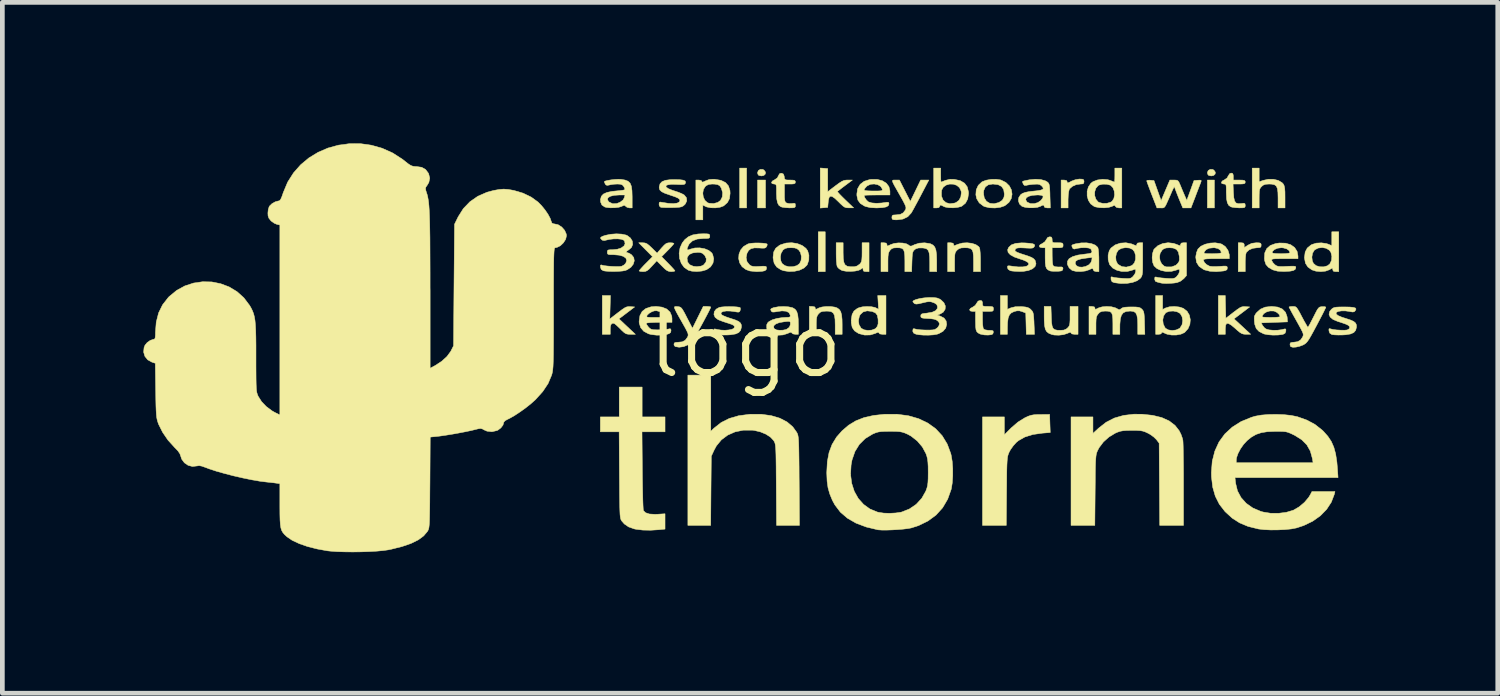
<source format=kicad_pcb>
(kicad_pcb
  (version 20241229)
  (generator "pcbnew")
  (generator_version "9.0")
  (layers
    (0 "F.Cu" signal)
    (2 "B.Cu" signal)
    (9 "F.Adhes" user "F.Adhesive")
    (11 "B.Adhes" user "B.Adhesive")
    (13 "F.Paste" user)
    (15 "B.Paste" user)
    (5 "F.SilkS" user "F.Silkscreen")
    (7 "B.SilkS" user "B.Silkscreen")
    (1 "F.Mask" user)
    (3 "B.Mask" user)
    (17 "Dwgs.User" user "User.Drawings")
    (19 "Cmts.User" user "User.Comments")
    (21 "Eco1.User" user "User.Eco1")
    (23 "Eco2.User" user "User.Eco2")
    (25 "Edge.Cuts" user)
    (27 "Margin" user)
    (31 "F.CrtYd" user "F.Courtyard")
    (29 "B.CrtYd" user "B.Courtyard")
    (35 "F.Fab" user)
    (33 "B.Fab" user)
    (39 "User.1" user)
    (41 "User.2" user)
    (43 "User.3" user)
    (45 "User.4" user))
  (footprint "logo"
    (layer "F.Cu")
    (at 12.808 4.293)
    (property "Reference" "logo" (at 0 0 0) (layer "F.SilkS") (effects (font (size 1.27 1.27) (thickness 0.15))))
    (attr through_hole)
    (fp_poly (pts (xy 0.021 -2.921) (xy -0.127 -2.921) (xy -0.127 -3.768) (xy 0.021 -3.768) (xy 0.021 -2.921)) (stroke (width 0.01) (type solid)) (fill yes) (layer "F.SilkS"))
    (fp_poly (pts (xy 0.423 -2.921) (xy 0.254 -2.921) (xy 0.254 -3.514) (xy 0.423 -3.514) (xy 0.423 -2.921)) (stroke (width 0.01) (type solid)) (fill yes) (layer "F.SilkS"))
    (fp_poly (pts (xy 1.693 -1.566) (xy 1.545 -1.566) (xy 1.545 -2.413) (xy 1.693 -2.413) (xy 1.693 -1.566)) (stroke (width 0.01) (type solid)) (fill yes) (layer "F.SilkS"))
    (fp_poly (pts (xy 9.97 -2.921) (xy 9.821 -2.921) (xy 9.821 -3.514) (xy 9.97 -3.514) (xy 9.97 -2.921)) (stroke (width 0.01) (type solid)) (fill yes) (layer "F.SilkS"))
    (fp_poly (pts (xy 0.364 -3.74) (xy 0.392 -3.725) (xy 0.423 -3.682) (xy 0.419 -3.642) (xy 0.388 -3.612) (xy 0.337 -3.601) (xy 0.28 -3.612) (xy 0.26 -3.639) (xy 0.254 -3.674) (xy 0.272 -3.717) (xy 0.313 -3.741) (xy 0.364 -3.74)) (stroke (width 0.01) (type solid)) (fill yes) (layer "F.SilkS"))
    (fp_poly (pts (xy 9.931 -3.74) (xy 9.959 -3.725) (xy 9.99 -3.682) (xy 9.986 -3.642) (xy 9.955 -3.612) (xy 9.904 -3.601) (xy 9.848 -3.612) (xy 9.827 -3.639) (xy 9.821 -3.674) (xy 9.839 -3.717) (xy 9.881 -3.741) (xy 9.931 -3.74)) (stroke (width 0.01) (type solid)) (fill yes) (layer "F.SilkS"))
    (fp_poly (pts (xy 7.163 -3.532) (xy 7.189 -3.52) (xy 7.197 -3.492) (xy 7.197 -3.482) (xy 7.191 -3.446) (xy 7.167 -3.432) (xy 7.12 -3.429) (xy 7.03 -3.416) (xy 6.95 -3.38) (xy 6.893 -3.33) (xy 6.882 -3.311) (xy 6.871 -3.264) (xy 6.862 -3.19) (xy 6.858 -3.104) (xy 6.858 -3.089) (xy 6.858 -2.921) (xy 6.71 -2.921) (xy 6.71 -3.514) (xy 6.773 -3.514) (xy 6.824 -3.504) (xy 6.837 -3.482) (xy 6.84 -3.459) (xy 6.854 -3.453) (xy 6.888 -3.467) (xy 6.937 -3.493) (xy 7.013 -3.521) (xy 7.096 -3.535) (xy 7.106 -3.535) (xy 7.163 -3.532)) (stroke (width 0.01) (type solid)) (fill yes) (layer "F.SilkS"))
    (fp_poly (pts (xy 10.586 -2.174) (xy 10.603 -2.15) (xy 10.604 -2.128) (xy 10.604 -2.076) (xy 10.682 -2.128) (xy 10.764 -2.168) (xy 10.859 -2.18) (xy 10.861 -2.18) (xy 10.923 -2.178) (xy 10.954 -2.169) (xy 10.964 -2.147) (xy 10.964 -2.127) (xy 10.96 -2.093) (xy 10.938 -2.078) (xy 10.888 -2.074) (xy 10.879 -2.074) (xy 10.787 -2.062) (xy 10.707 -2.028) (xy 10.653 -1.979) (xy 10.647 -1.97) (xy 10.637 -1.93) (xy 10.63 -1.862) (xy 10.626 -1.776) (xy 10.626 -1.748) (xy 10.626 -1.566) (xy 10.477 -1.566) (xy 10.477 -2.18) (xy 10.541 -2.18) (xy 10.586 -2.174)) (stroke (width 0.01) (type solid)) (fill yes) (layer "F.SilkS"))
    (fp_poly (pts (xy 10.207 -0.816) (xy 10.213 -0.574) (xy 10.377 -0.701) (xy 10.455 -0.76) (xy 10.51 -0.797) (xy 10.552 -0.816) (xy 10.592 -0.823) (xy 10.631 -0.821) (xy 10.721 -0.815) (xy 10.554 -0.688) (xy 10.387 -0.562) (xy 10.565 -0.398) (xy 10.742 -0.234) (xy 10.647 -0.233) (xy 10.597 -0.236) (xy 10.556 -0.247) (xy 10.512 -0.273) (xy 10.455 -0.32) (xy 10.413 -0.358) (xy 10.331 -0.427) (xy 10.272 -0.462) (xy 10.233 -0.464) (xy 10.211 -0.432) (xy 10.203 -0.365) (xy 10.202 -0.338) (xy 10.202 -0.233) (xy 10.054 -0.233) (xy 10.054 -1.058) (xy 10.201 -1.058) (xy 10.207 -0.816)) (stroke (width 0.01) (type solid)) (fill yes) (layer "F.SilkS"))
    (fp_poly (pts (xy -2.882 -0.809) (xy -2.889 -0.559) (xy -2.715 -0.693) (xy -2.634 -0.754) (xy -2.577 -0.793) (xy -2.534 -0.814) (xy -2.495 -0.822) (xy -2.451 -0.822) (xy -2.45 -0.821) (xy -2.36 -0.815) (xy -2.527 -0.688) (xy -2.694 -0.562) (xy -2.519 -0.397) (xy -2.344 -0.233) (xy -2.448 -0.233) (xy -2.501 -0.235) (xy -2.541 -0.244) (xy -2.581 -0.268) (xy -2.63 -0.312) (xy -2.676 -0.359) (xy -2.741 -0.421) (xy -2.784 -0.457) (xy -2.815 -0.469) (xy -2.839 -0.464) (xy -2.84 -0.464) (xy -2.865 -0.439) (xy -2.877 -0.391) (xy -2.879 -0.338) (xy -2.879 -0.233) (xy -3.048 -0.233) (xy -3.048 -1.058) (xy -2.875 -1.058) (xy -2.882 -0.809)) (stroke (width 0.01) (type solid)) (fill yes) (layer "F.SilkS"))
    (fp_poly (pts (xy 5.567 -0.764) (xy 5.645 -0.797) (xy 5.735 -0.819) (xy 5.855 -0.822) (xy 5.868 -0.822) (xy 5.951 -0.814) (xy 6.005 -0.801) (xy 6.046 -0.778) (xy 6.068 -0.757) (xy 6.093 -0.73) (xy 6.11 -0.7) (xy 6.121 -0.659) (xy 6.127 -0.597) (xy 6.133 -0.505) (xy 6.134 -0.467) (xy 6.144 -0.233) (xy 5.97 -0.233) (xy 5.964 -0.46) (xy 5.958 -0.686) (xy 5.88 -0.716) (xy 5.822 -0.733) (xy 5.769 -0.732) (xy 5.711 -0.717) (xy 5.651 -0.689) (xy 5.61 -0.646) (xy 5.584 -0.58) (xy 5.571 -0.485) (xy 5.568 -0.386) (xy 5.567 -0.233) (xy 5.419 -0.233) (xy 5.419 -1.058) (xy 5.567 -1.058) (xy 5.567 -0.764)) (stroke (width 0.01) (type solid)) (fill yes) (layer "F.SilkS"))
    (fp_poly (pts (xy 10.922 -3.476) (xy 11.001 -3.505) (xy 11.114 -3.53) (xy 11.227 -3.53) (xy 11.328 -3.506) (xy 11.408 -3.459) (xy 11.438 -3.427) (xy 11.454 -3.392) (xy 11.465 -3.341) (xy 11.471 -3.263) (xy 11.472 -3.152) (xy 11.472 -3.149) (xy 11.472 -2.921) (xy 11.324 -2.921) (xy 11.324 -3.133) (xy 11.321 -3.251) (xy 11.31 -3.333) (xy 11.286 -3.386) (xy 11.246 -3.415) (xy 11.185 -3.427) (xy 11.133 -3.429) (xy 11.058 -3.424) (xy 11.008 -3.405) (xy 10.974 -3.377) (xy 10.95 -3.349) (xy 10.934 -3.319) (xy 10.926 -3.275) (xy 10.923 -3.207) (xy 10.922 -3.123) (xy 10.922 -2.921) (xy 10.774 -2.921) (xy 10.774 -3.768) (xy 10.922 -3.768) (xy 10.922 -3.476)) (stroke (width 0.01) (type solid)) (fill yes) (layer "F.SilkS"))
    (fp_poly (pts (xy 6.472 1.664) (xy 6.479 1.856) (xy 6.314 1.869) (xy 6.109 1.898) (xy 5.939 1.951) (xy 5.803 2.028) (xy 5.757 2.066) (xy 5.692 2.138) (xy 5.634 2.22) (xy 5.606 2.271) (xy 5.593 2.302) (xy 5.582 2.332) (xy 5.573 2.366) (xy 5.567 2.409) (xy 5.562 2.466) (xy 5.558 2.542) (xy 5.555 2.641) (xy 5.553 2.768) (xy 5.552 2.929) (xy 5.55 3.106) (xy 5.544 3.831) (xy 5.038 3.831) (xy 5.038 1.524) (xy 5.503 1.524) (xy 5.503 1.904) (xy 5.647 1.759) (xy 5.793 1.633) (xy 5.935 1.545) (xy 6.009 1.51) (xy 6.071 1.489) (xy 6.135 1.478) (xy 6.218 1.473) (xy 6.272 1.473) (xy 6.466 1.471) (xy 6.472 1.664)) (stroke (width 0.01) (type solid)) (fill yes) (layer "F.SilkS"))
    (fp_poly (pts (xy 1.667 -3.764) (xy 1.746 -3.757) (xy 1.746 -3.266) (xy 1.909 -3.39) (xy 1.988 -3.448) (xy 2.046 -3.485) (xy 2.092 -3.505) (xy 2.137 -3.513) (xy 2.172 -3.514) (xy 2.272 -3.514) (xy 2.117 -3.398) (xy 2.048 -3.346) (xy 1.993 -3.303) (xy 1.959 -3.277) (xy 1.953 -3.272) (xy 1.963 -3.254) (xy 1.998 -3.214) (xy 2.054 -3.157) (xy 2.12 -3.092) (xy 2.297 -2.923) (xy 2.201 -2.922) (xy 2.151 -2.924) (xy 2.112 -2.934) (xy 2.073 -2.959) (xy 2.022 -3.005) (xy 1.978 -3.049) (xy 1.899 -3.124) (xy 1.841 -3.164) (xy 1.801 -3.17) (xy 1.775 -3.142) (xy 1.76 -3.079) (xy 1.757 -3.048) (xy 1.746 -2.932) (xy 1.587 -2.918) (xy 1.587 -3.77) (xy 1.667 -3.764)) (stroke (width 0.01) (type solid)) (fill yes) (layer "F.SilkS"))
    (fp_poly (pts (xy 6.502 -0.602) (xy 6.507 -0.487) (xy 6.519 -0.408) (xy 6.54 -0.358) (xy 6.577 -0.331) (xy 6.632 -0.319) (xy 6.694 -0.318) (xy 6.768 -0.323) (xy 6.819 -0.345) (xy 6.848 -0.369) (xy 6.873 -0.397) (xy 6.888 -0.428) (xy 6.896 -0.472) (xy 6.9 -0.539) (xy 6.9 -0.623) (xy 6.9 -0.826) (xy 7.07 -0.826) (xy 7.07 -0.233) (xy 6.996 -0.233) (xy 6.939 -0.241) (xy 6.921 -0.262) (xy 6.914 -0.277) (xy 6.885 -0.271) (xy 6.843 -0.252) (xy 6.762 -0.226) (xy 6.661 -0.214) (xy 6.562 -0.218) (xy 6.509 -0.23) (xy 6.446 -0.256) (xy 6.402 -0.291) (xy 6.374 -0.343) (xy 6.358 -0.418) (xy 6.351 -0.524) (xy 6.35 -0.602) (xy 6.35 -0.826) (xy 6.494 -0.826) (xy 6.502 -0.602)) (stroke (width 0.01) (type solid)) (fill yes) (layer "F.SilkS"))
    (fp_poly (pts (xy 1.469 -0.816) (xy 1.482 -0.794) (xy 1.484 -0.769) (xy 1.498 -0.765) (xy 1.534 -0.781) (xy 1.559 -0.794) (xy 1.625 -0.814) (xy 1.715 -0.824) (xy 1.812 -0.823) (xy 1.897 -0.811) (xy 1.944 -0.795) (xy 1.99 -0.763) (xy 2.022 -0.716) (xy 2.041 -0.647) (xy 2.051 -0.55) (xy 2.053 -0.444) (xy 2.053 -0.233) (xy 1.905 -0.233) (xy 1.905 -0.432) (xy 1.902 -0.55) (xy 1.89 -0.633) (xy 1.864 -0.685) (xy 1.822 -0.714) (xy 1.759 -0.725) (xy 1.713 -0.726) (xy 1.641 -0.721) (xy 1.594 -0.706) (xy 1.557 -0.674) (xy 1.551 -0.668) (xy 1.528 -0.636) (xy 1.513 -0.598) (xy 1.506 -0.546) (xy 1.503 -0.466) (xy 1.503 -0.422) (xy 1.503 -0.233) (xy 1.355 -0.233) (xy 1.355 -0.826) (xy 1.418 -0.826) (xy 1.469 -0.816)) (stroke (width 0.01) (type solid)) (fill yes) (layer "F.SilkS"))
    (fp_poly (pts (xy 4.411 -2.171) (xy 4.424 -2.148) (xy 4.428 -2.12) (xy 4.432 -2.117) (xy 4.455 -2.124) (xy 4.501 -2.142) (xy 4.516 -2.148) (xy 4.609 -2.174) (xy 4.71 -2.18) (xy 4.81 -2.168) (xy 4.895 -2.141) (xy 4.956 -2.099) (xy 4.972 -2.078) (xy 4.982 -2.04) (xy 4.989 -1.97) (xy 4.994 -1.879) (xy 4.995 -1.801) (xy 4.995 -1.566) (xy 4.847 -1.566) (xy 4.847 -1.785) (xy 4.845 -1.901) (xy 4.836 -1.981) (xy 4.815 -2.032) (xy 4.779 -2.06) (xy 4.723 -2.072) (xy 4.659 -2.074) (xy 4.585 -2.07) (xy 4.534 -2.052) (xy 4.497 -2.022) (xy 4.473 -1.995) (xy 4.457 -1.964) (xy 4.449 -1.92) (xy 4.446 -1.853) (xy 4.445 -1.768) (xy 4.445 -1.566) (xy 4.297 -1.566) (xy 4.297 -2.18) (xy 4.36 -2.18) (xy 4.411 -2.171)) (stroke (width 0.01) (type solid)) (fill yes) (layer "F.SilkS"))
    (fp_poly (pts (xy 2.074 -1.971) (xy 2.077 -1.85) (xy 2.089 -1.766) (xy 2.115 -1.711) (xy 2.159 -1.681) (xy 2.227 -1.67) (xy 2.313 -1.67) (xy 2.37 -1.686) (xy 2.423 -1.723) (xy 2.425 -1.724) (xy 2.449 -1.752) (xy 2.464 -1.783) (xy 2.472 -1.827) (xy 2.476 -1.894) (xy 2.477 -1.978) (xy 2.477 -2.18) (xy 2.625 -2.18) (xy 2.625 -1.566) (xy 2.561 -1.566) (xy 2.515 -1.573) (xy 2.499 -1.597) (xy 2.498 -1.612) (xy 2.495 -1.643) (xy 2.481 -1.642) (xy 2.455 -1.619) (xy 2.406 -1.595) (xy 2.328 -1.578) (xy 2.236 -1.571) (xy 2.144 -1.573) (xy 2.067 -1.586) (xy 2.039 -1.596) (xy 1.986 -1.629) (xy 1.95 -1.668) (xy 1.949 -1.669) (xy 1.94 -1.707) (xy 1.932 -1.777) (xy 1.927 -1.867) (xy 1.926 -1.946) (xy 1.926 -2.18) (xy 2.074 -2.18) (xy 2.074 -1.971)) (stroke (width 0.01) (type solid)) (fill yes) (layer "F.SilkS"))
    (fp_poly (pts (xy 3.189 -3.514) (xy 3.271 -3.514) (xy 3.387 -3.286) (xy 3.503 -3.059) (xy 3.613 -3.286) (xy 3.723 -3.514) (xy 3.897 -3.514) (xy 3.733 -3.201) (xy 3.675 -3.091) (xy 3.619 -2.987) (xy 3.572 -2.9) (xy 3.536 -2.836) (xy 3.522 -2.813) (xy 3.448 -2.733) (xy 3.347 -2.684) (xy 3.22 -2.667) (xy 3.219 -2.667) (xy 3.156 -2.669) (xy 3.124 -2.677) (xy 3.113 -2.698) (xy 3.111 -2.72) (xy 3.116 -2.754) (xy 3.137 -2.769) (xy 3.188 -2.773) (xy 3.198 -2.773) (xy 3.289 -2.783) (xy 3.352 -2.817) (xy 3.396 -2.875) (xy 3.407 -2.9) (xy 3.41 -2.925) (xy 3.403 -2.957) (xy 3.383 -3.003) (xy 3.349 -3.07) (xy 3.296 -3.164) (xy 3.277 -3.198) (xy 3.212 -3.313) (xy 3.165 -3.396) (xy 3.136 -3.453) (xy 3.123 -3.488) (xy 3.125 -3.506) (xy 3.139 -3.513) (xy 3.166 -3.514) (xy 3.189 -3.514)) (stroke (width 0.01) (type solid)) (fill yes) (layer "F.SilkS"))
    (fp_poly (pts (xy -2.201 1.524) (xy -1.714 1.524) (xy -1.714 1.841) (xy -2.204 1.841) (xy -2.197 2.662) (xy -2.195 2.845) (xy -2.192 3.016) (xy -2.189 3.17) (xy -2.186 3.301) (xy -2.182 3.406) (xy -2.178 3.478) (xy -2.174 3.515) (xy -2.173 3.517) (xy -2.128 3.562) (xy -2.045 3.589) (xy -1.926 3.596) (xy -1.873 3.594) (xy -1.714 3.584) (xy -1.714 3.91) (xy -1.845 3.923) (xy -2.019 3.934) (xy -2.184 3.931) (xy -2.327 3.914) (xy -2.367 3.906) (xy -2.487 3.864) (xy -2.58 3.8) (xy -2.634 3.738) (xy -2.644 3.723) (xy -2.653 3.705) (xy -2.66 3.68) (xy -2.666 3.645) (xy -2.671 3.595) (xy -2.674 3.527) (xy -2.677 3.436) (xy -2.679 3.319) (xy -2.681 3.171) (xy -2.682 2.99) (xy -2.684 2.77) (xy -2.684 2.761) (xy -2.69 1.841) (xy -3.09 1.841) (xy -3.09 1.524) (xy -2.688 1.524) (xy -2.688 0.889) (xy -2.201 0.889) (xy -2.201 1.524)) (stroke (width 0.01) (type solid)) (fill yes) (layer "F.SilkS"))
    (fp_poly (pts (xy 0.365 -2.171) (xy 0.426 -2.164) (xy 0.457 -2.153) (xy 0.458 -2.153) (xy 0.458 -2.128) (xy 0.447 -2.1) (xy 0.429 -2.077) (xy 0.401 -2.066) (xy 0.351 -2.065) (xy 0.29 -2.069) (xy 0.186 -2.071) (xy 0.113 -2.054) (xy 0.064 -2.016) (xy 0.03 -1.958) (xy 0.011 -1.866) (xy 0.028 -1.781) (xy 0.08 -1.713) (xy 0.082 -1.712) (xy 0.118 -1.688) (xy 0.159 -1.677) (xy 0.218 -1.674) (xy 0.291 -1.677) (xy 0.37 -1.682) (xy 0.416 -1.68) (xy 0.438 -1.672) (xy 0.444 -1.653) (xy 0.445 -1.64) (xy 0.436 -1.606) (xy 0.406 -1.584) (xy 0.347 -1.572) (xy 0.255 -1.567) (xy 0.222 -1.567) (xy 0.091 -1.58) (xy 0.007 -1.61) (xy -0.075 -1.671) (xy -0.127 -1.752) (xy -0.148 -1.843) (xy -0.141 -1.938) (xy -0.106 -2.026) (xy -0.044 -2.1) (xy 0.044 -2.152) (xy 0.073 -2.162) (xy 0.128 -2.17) (xy 0.203 -2.175) (xy 0.286 -2.175) (xy 0.365 -2.171)) (stroke (width 0.01) (type solid)) (fill yes) (layer "F.SilkS"))
    (fp_poly (pts (xy 5.424 -3.516) (xy 5.431 -3.514) (xy 5.534 -3.463) (xy 5.608 -3.391) (xy 5.653 -3.305) (xy 5.667 -3.213) (xy 5.65 -3.121) (xy 5.6 -3.038) (xy 5.517 -2.971) (xy 5.504 -2.964) (xy 5.413 -2.933) (xy 5.303 -2.92) (xy 5.191 -2.924) (xy 5.093 -2.946) (xy 5.059 -2.96) (xy 4.969 -3.028) (xy 4.915 -3.117) (xy 4.897 -3.199) (xy 4.899 -3.232) (xy 5.059 -3.232) (xy 5.076 -3.133) (xy 5.123 -3.061) (xy 5.194 -3.019) (xy 5.284 -3.01) (xy 5.386 -3.036) (xy 5.459 -3.083) (xy 5.496 -3.151) (xy 5.503 -3.215) (xy 5.489 -3.31) (xy 5.444 -3.377) (xy 5.369 -3.416) (xy 5.26 -3.429) (xy 5.258 -3.429) (xy 5.164 -3.414) (xy 5.099 -3.368) (xy 5.065 -3.293) (xy 5.059 -3.232) (xy 4.899 -3.232) (xy 4.905 -3.307) (xy 4.948 -3.401) (xy 5.023 -3.472) (xy 5.032 -3.478) (xy 5.115 -3.51) (xy 5.22 -3.528) (xy 5.329 -3.53) (xy 5.424 -3.516)) (stroke (width 0.01) (type solid)) (fill yes) (layer "F.SilkS"))
    (fp_poly (pts (xy -2.142 -2.176) (xy -2.1 -2.16) (xy -2.053 -2.124) (xy -1.995 -2.07) (xy -1.883 -1.959) (xy -1.787 -2.07) (xy -1.732 -2.129) (xy -1.691 -2.163) (xy -1.651 -2.177) (xy -1.607 -2.18) (xy -1.555 -2.177) (xy -1.526 -2.168) (xy -1.524 -2.165) (xy -1.538 -2.144) (xy -1.575 -2.101) (xy -1.629 -2.044) (xy -1.656 -2.017) (xy -1.787 -1.884) (xy -1.645 -1.74) (xy -1.584 -1.677) (xy -1.536 -1.625) (xy -1.507 -1.59) (xy -1.503 -1.582) (xy -1.522 -1.572) (xy -1.568 -1.567) (xy -1.583 -1.566) (xy -1.629 -1.571) (xy -1.671 -1.588) (xy -1.718 -1.624) (xy -1.776 -1.681) (xy -1.89 -1.796) (xy -1.995 -1.681) (xy -2.053 -1.62) (xy -2.096 -1.586) (xy -2.135 -1.57) (xy -2.182 -1.566) (xy -2.182 -1.566) (xy -2.235 -1.57) (xy -2.263 -1.579) (xy -2.265 -1.582) (xy -2.251 -1.602) (xy -2.213 -1.645) (xy -2.159 -1.704) (xy -2.123 -1.74) (xy -1.98 -1.884) (xy -2.274 -2.18) (xy -2.191 -2.18) (xy -2.142 -2.176)) (stroke (width 0.01) (type solid)) (fill yes) (layer "F.SilkS"))
    (fp_poly (pts (xy 1.098 -2.163) (xy 1.201 -2.123) (xy 1.282 -2.062) (xy 1.319 -2.011) (xy 1.346 -1.917) (xy 1.344 -1.814) (xy 1.313 -1.719) (xy 1.303 -1.702) (xy 1.24 -1.642) (xy 1.149 -1.598) (xy 1.039 -1.573) (xy 0.923 -1.568) (xy 0.811 -1.585) (xy 0.751 -1.606) (xy 0.661 -1.664) (xy 0.607 -1.744) (xy 0.585 -1.849) (xy 0.584 -1.874) (xy 0.739 -1.874) (xy 0.75 -1.791) (xy 0.778 -1.736) (xy 0.839 -1.692) (xy 0.921 -1.67) (xy 1.009 -1.671) (xy 1.091 -1.694) (xy 1.148 -1.737) (xy 1.18 -1.806) (xy 1.186 -1.89) (xy 1.167 -1.971) (xy 1.133 -2.022) (xy 1.093 -2.054) (xy 1.045 -2.07) (xy 0.973 -2.074) (xy 0.963 -2.074) (xy 0.887 -2.071) (xy 0.837 -2.056) (xy 0.797 -2.027) (xy 0.793 -2.022) (xy 0.754 -1.957) (xy 0.739 -1.874) (xy 0.584 -1.874) (xy 0.584 -1.875) (xy 0.597 -1.983) (xy 0.641 -2.064) (xy 0.719 -2.125) (xy 0.748 -2.139) (xy 0.861 -2.174) (xy 0.981 -2.181) (xy 1.098 -2.163)) (stroke (width 0.01) (type solid)) (fill yes) (layer "F.SilkS"))
    (fp_poly (pts (xy 12.615 -1.566) (xy 12.552 -1.566) (xy 12.505 -1.573) (xy 12.489 -1.598) (xy 12.488 -1.608) (xy 12.487 -1.635) (xy 12.474 -1.639) (xy 12.44 -1.621) (xy 12.42 -1.608) (xy 12.336 -1.577) (xy 12.234 -1.566) (xy 12.129 -1.576) (xy 12.045 -1.603) (xy 11.959 -1.664) (xy 11.907 -1.744) (xy 11.887 -1.848) (xy 11.887 -1.873) (xy 11.887 -1.875) (xy 12.043 -1.875) (xy 12.053 -1.792) (xy 12.077 -1.741) (xy 12.133 -1.693) (xy 12.211 -1.669) (xy 12.296 -1.668) (xy 12.374 -1.69) (xy 12.425 -1.73) (xy 12.461 -1.805) (xy 12.468 -1.891) (xy 12.449 -1.973) (xy 12.415 -2.022) (xy 12.347 -2.063) (xy 12.262 -2.078) (xy 12.176 -2.067) (xy 12.104 -2.03) (xy 12.096 -2.022) (xy 12.058 -1.958) (xy 12.043 -1.875) (xy 11.887 -1.875) (xy 11.901 -1.983) (xy 11.945 -2.067) (xy 12.024 -2.132) (xy 12.045 -2.143) (xy 12.137 -2.172) (xy 12.246 -2.178) (xy 12.352 -2.163) (xy 12.394 -2.149) (xy 12.467 -2.119) (xy 12.467 -2.413) (xy 12.615 -2.413) (xy 12.615 -1.566)) (stroke (width 0.01) (type solid)) (fill yes) (layer "F.SilkS"))
    (fp_poly (pts (xy -0.656 -3.53) (xy -0.525 -3.508) (xy -0.428 -3.461) (xy -0.365 -3.389) (xy -0.333 -3.29) (xy -0.33 -3.231) (xy -0.343 -3.12) (xy -0.387 -3.035) (xy -0.464 -2.967) (xy -0.472 -2.962) (xy -0.545 -2.935) (xy -0.641 -2.922) (xy -0.74 -2.924) (xy -0.826 -2.941) (xy -0.852 -2.952) (xy -0.91 -2.982) (xy -0.91 -2.667) (xy -1.058 -2.667) (xy -1.058 -3.233) (xy -0.911 -3.233) (xy -0.9 -3.153) (xy -0.866 -3.082) (xy -0.813 -3.033) (xy -0.777 -3.02) (xy -0.681 -3.014) (xy -0.594 -3.037) (xy -0.534 -3.08) (xy -0.496 -3.155) (xy -0.489 -3.245) (xy -0.515 -3.336) (xy -0.518 -3.343) (xy -0.549 -3.39) (xy -0.591 -3.416) (xy -0.655 -3.427) (xy -0.712 -3.429) (xy -0.786 -3.421) (xy -0.84 -3.393) (xy -0.858 -3.377) (xy -0.898 -3.312) (xy -0.911 -3.233) (xy -1.058 -3.233) (xy -1.058 -3.514) (xy -0.995 -3.514) (xy -0.946 -3.505) (xy -0.931 -3.484) (xy -0.923 -3.469) (xy -0.894 -3.476) (xy -0.852 -3.496) (xy -0.777 -3.524) (xy -0.69 -3.531) (xy -0.656 -3.53)) (stroke (width 0.01) (type solid)) (fill yes) (layer "F.SilkS"))
    (fp_poly (pts (xy 8.869 -0.761) (xy 8.931 -0.793) (xy 9.013 -0.818) (xy 9.116 -0.825) (xy 9.22 -0.814) (xy 9.308 -0.786) (xy 9.311 -0.784) (xy 9.389 -0.723) (xy 9.438 -0.64) (xy 9.458 -0.544) (xy 9.449 -0.445) (xy 9.409 -0.352) (xy 9.339 -0.275) (xy 9.332 -0.269) (xy 9.258 -0.236) (xy 9.162 -0.218) (xy 9.059 -0.218) (xy 8.965 -0.235) (xy 8.927 -0.25) (xy 8.876 -0.274) (xy 8.852 -0.275) (xy 8.848 -0.262) (xy 8.829 -0.24) (xy 8.784 -0.233) (xy 8.721 -0.233) (xy 8.721 -0.539) (xy 8.872 -0.539) (xy 8.882 -0.452) (xy 8.918 -0.377) (xy 8.933 -0.359) (xy 8.993 -0.326) (xy 9.072 -0.314) (xy 9.155 -0.325) (xy 9.224 -0.356) (xy 9.24 -0.369) (xy 9.282 -0.437) (xy 9.296 -0.521) (xy 9.283 -0.605) (xy 9.244 -0.673) (xy 9.239 -0.678) (xy 9.177 -0.712) (xy 9.095 -0.728) (xy 9.012 -0.723) (xy 8.945 -0.697) (xy 8.932 -0.687) (xy 8.889 -0.622) (xy 8.872 -0.539) (xy 8.721 -0.539) (xy 8.721 -1.058) (xy 8.869 -1.058) (xy 8.869 -0.761)) (stroke (width 0.01) (type solid)) (fill yes) (layer "F.SilkS"))
    (fp_poly (pts (xy 10.358 -3.654) (xy 10.37 -3.623) (xy 10.372 -3.588) (xy 10.372 -3.514) (xy 10.499 -3.514) (xy 10.57 -3.512) (xy 10.608 -3.505) (xy 10.623 -3.49) (xy 10.626 -3.471) (xy 10.621 -3.448) (xy 10.601 -3.435) (xy 10.556 -3.43) (xy 10.496 -3.429) (xy 10.367 -3.429) (xy 10.375 -3.247) (xy 10.383 -3.139) (xy 10.4 -3.067) (xy 10.431 -3.026) (xy 10.478 -3.011) (xy 10.546 -3.015) (xy 10.598 -3.021) (xy 10.62 -3.011) (xy 10.626 -2.981) (xy 10.626 -2.974) (xy 10.623 -2.945) (xy 10.609 -2.929) (xy 10.574 -2.923) (xy 10.509 -2.922) (xy 10.493 -2.922) (xy 10.415 -2.927) (xy 10.349 -2.936) (xy 10.316 -2.946) (xy 10.273 -2.978) (xy 10.245 -3.032) (xy 10.229 -3.113) (xy 10.224 -3.228) (xy 10.223 -3.25) (xy 10.223 -3.337) (xy 10.22 -3.39) (xy 10.212 -3.417) (xy 10.196 -3.427) (xy 10.171 -3.429) (xy 10.128 -3.44) (xy 10.119 -3.466) (xy 10.141 -3.496) (xy 10.18 -3.516) (xy 10.24 -3.558) (xy 10.263 -3.6) (xy 10.295 -3.65) (xy 10.328 -3.662) (xy 10.358 -3.654)) (stroke (width 0.01) (type solid)) (fill yes) (layer "F.SilkS"))
    (fp_poly (pts (xy -0.77 -0.822) (xy -0.742 -0.815) (xy -0.741 -0.812) (xy -0.751 -0.786) (xy -0.778 -0.73) (xy -0.818 -0.652) (xy -0.868 -0.558) (xy -0.923 -0.456) (xy -0.98 -0.353) (xy -1.035 -0.256) (xy -1.084 -0.171) (xy -1.122 -0.107) (xy -1.147 -0.07) (xy -1.15 -0.066) (xy -1.225 -0.009) (xy -1.318 0.029) (xy -1.414 0.042) (xy -1.498 0.028) (xy -1.52 0.001) (xy -1.524 -0.023) (xy -1.516 -0.049) (xy -1.486 -0.061) (xy -1.438 -0.064) (xy -1.347 -0.073) (xy -1.284 -0.107) (xy -1.238 -0.169) (xy -1.238 -0.169) (xy -1.226 -0.195) (xy -1.222 -0.22) (xy -1.227 -0.251) (xy -1.245 -0.294) (xy -1.278 -0.358) (xy -1.329 -0.449) (xy -1.353 -0.492) (xy -1.421 -0.611) (xy -1.469 -0.699) (xy -1.499 -0.759) (xy -1.514 -0.796) (xy -1.513 -0.816) (xy -1.498 -0.824) (xy -1.472 -0.824) (xy -1.447 -0.822) (xy -1.412 -0.818) (xy -1.385 -0.808) (xy -1.36 -0.786) (xy -1.333 -0.746) (xy -1.296 -0.681) (xy -1.248 -0.587) (xy -1.131 -0.36) (xy -0.901 -0.826) (xy -0.821 -0.826) (xy -0.77 -0.822)) (stroke (width 0.01) (type solid)) (fill yes) (layer "F.SilkS"))
    (fp_poly (pts (xy 5.023 -0.945) (xy 5.037 -0.915) (xy 5.038 -0.889) (xy 5.04 -0.853) (xy 5.052 -0.834) (xy 5.087 -0.827) (xy 5.152 -0.826) (xy 5.154 -0.826) (xy 5.221 -0.824) (xy 5.255 -0.817) (xy 5.269 -0.799) (xy 5.271 -0.773) (xy 5.267 -0.742) (xy 5.252 -0.726) (xy 5.212 -0.721) (xy 5.154 -0.72) (xy 5.038 -0.72) (xy 5.038 -0.544) (xy 5.041 -0.446) (xy 5.05 -0.376) (xy 5.063 -0.343) (xy 5.099 -0.327) (xy 5.158 -0.318) (xy 5.181 -0.318) (xy 5.238 -0.315) (xy 5.264 -0.305) (xy 5.268 -0.28) (xy 5.267 -0.27) (xy 5.257 -0.241) (xy 5.231 -0.226) (xy 5.177 -0.219) (xy 5.154 -0.217) (xy 5.077 -0.22) (xy 5.005 -0.234) (xy 4.983 -0.241) (xy 4.943 -0.263) (xy 4.916 -0.29) (xy 4.9 -0.331) (xy 4.892 -0.395) (xy 4.89 -0.491) (xy 4.889 -0.531) (xy 4.889 -0.72) (xy 4.826 -0.72) (xy 4.777 -0.73) (xy 4.763 -0.756) (xy 4.783 -0.786) (xy 4.824 -0.807) (xy 4.883 -0.847) (xy 4.911 -0.89) (xy 4.944 -0.939) (xy 4.987 -0.953) (xy 5.023 -0.945)) (stroke (width 0.01) (type solid)) (fill yes) (layer "F.SilkS"))
    (fp_poly (pts (xy 2.985 -0.233) (xy 2.91 -0.233) (xy 2.854 -0.241) (xy 2.836 -0.262) (xy 2.829 -0.277) (xy 2.8 -0.271) (xy 2.758 -0.252) (xy 2.65 -0.219) (xy 2.53 -0.217) (xy 2.412 -0.247) (xy 2.399 -0.253) (xy 2.317 -0.306) (xy 2.267 -0.378) (xy 2.247 -0.476) (xy 2.248 -0.526) (xy 2.399 -0.526) (xy 2.412 -0.437) (xy 2.455 -0.365) (xy 2.46 -0.36) (xy 2.521 -0.328) (xy 2.601 -0.316) (xy 2.685 -0.323) (xy 2.753 -0.349) (xy 2.769 -0.361) (xy 2.802 -0.403) (xy 2.818 -0.456) (xy 2.818 -0.535) (xy 2.816 -0.561) (xy 2.8 -0.639) (xy 2.762 -0.688) (xy 2.693 -0.718) (xy 2.686 -0.72) (xy 2.584 -0.732) (xy 2.5 -0.709) (xy 2.439 -0.654) (xy 2.42 -0.619) (xy 2.399 -0.526) (xy 2.248 -0.526) (xy 2.248 -0.553) (xy 2.265 -0.655) (xy 2.304 -0.727) (xy 2.37 -0.779) (xy 2.407 -0.797) (xy 2.483 -0.817) (xy 2.578 -0.824) (xy 2.673 -0.82) (xy 2.751 -0.804) (xy 2.769 -0.796) (xy 2.827 -0.766) (xy 2.819 -0.912) (xy 2.81 -1.058) (xy 2.985 -1.058) (xy 2.985 -0.233)) (stroke (width 0.01) (type solid)) (fill yes) (layer "F.SilkS"))
    (fp_poly (pts (xy 6.505 -2.3) (xy 6.518 -2.269) (xy 6.519 -2.244) (xy 6.521 -2.207) (xy 6.534 -2.188) (xy 6.568 -2.181) (xy 6.634 -2.18) (xy 6.636 -2.18) (xy 6.702 -2.179) (xy 6.737 -2.172) (xy 6.75 -2.154) (xy 6.752 -2.127) (xy 6.749 -2.097) (xy 6.733 -2.081) (xy 6.694 -2.075) (xy 6.636 -2.074) (xy 6.519 -2.074) (xy 6.52 -1.9) (xy 6.522 -1.815) (xy 6.528 -1.744) (xy 6.537 -1.699) (xy 6.54 -1.693) (xy 6.576 -1.671) (xy 6.646 -1.665) (xy 6.657 -1.665) (xy 6.717 -1.666) (xy 6.744 -1.657) (xy 6.75 -1.636) (xy 6.748 -1.623) (xy 6.739 -1.596) (xy 6.715 -1.581) (xy 6.664 -1.575) (xy 6.625 -1.573) (xy 6.554 -1.573) (xy 6.498 -1.577) (xy 6.477 -1.581) (xy 6.431 -1.603) (xy 6.4 -1.634) (xy 6.382 -1.681) (xy 6.373 -1.753) (xy 6.371 -1.858) (xy 6.371 -1.866) (xy 6.371 -2.074) (xy 6.308 -2.074) (xy 6.259 -2.085) (xy 6.244 -2.11) (xy 6.265 -2.141) (xy 6.306 -2.161) (xy 6.364 -2.201) (xy 6.393 -2.245) (xy 6.426 -2.294) (xy 6.469 -2.307) (xy 6.505 -2.3)) (stroke (width 0.01) (type solid)) (fill yes) (layer "F.SilkS"))
    (fp_poly (pts (xy 4.149 -3.619) (xy 4.15 -3.546) (xy 4.152 -3.494) (xy 4.156 -3.471) (xy 4.157 -3.471) (xy 4.179 -3.479) (xy 4.226 -3.497) (xy 4.246 -3.506) (xy 4.347 -3.53) (xy 4.439 -3.528) (xy 4.564 -3.501) (xy 4.656 -3.447) (xy 4.714 -3.368) (xy 4.74 -3.261) (xy 4.741 -3.225) (xy 4.724 -3.113) (xy 4.677 -3.023) (xy 4.602 -2.961) (xy 4.583 -2.951) (xy 4.507 -2.932) (xy 4.414 -2.923) (xy 4.32 -2.926) (xy 4.242 -2.94) (xy 4.212 -2.953) (xy 4.16 -2.979) (xy 4.135 -2.979) (xy 4.128 -2.954) (xy 4.128 -2.953) (xy 4.109 -2.928) (xy 4.064 -2.921) (xy 4 -2.921) (xy 4 -3.277) (xy 4.165 -3.277) (xy 4.166 -3.171) (xy 4.199 -3.089) (xy 4.26 -3.034) (xy 4.342 -3.01) (xy 4.44 -3.023) (xy 4.475 -3.035) (xy 4.538 -3.083) (xy 4.577 -3.156) (xy 4.588 -3.244) (xy 4.583 -3.281) (xy 4.549 -3.352) (xy 4.491 -3.401) (xy 4.418 -3.426) (xy 4.339 -3.428) (xy 4.265 -3.407) (xy 4.205 -3.364) (xy 4.169 -3.298) (xy 4.165 -3.277) (xy 4 -3.277) (xy 4 -3.768) (xy 4.149 -3.768) (xy 4.149 -3.619)) (stroke (width 0.01) (type solid)) (fill yes) (layer "F.SilkS"))
    (fp_poly (pts (xy 0.767 -3.658) (xy 0.803 -3.642) (xy 0.819 -3.6) (xy 0.822 -3.582) (xy 0.827 -3.543) (xy 0.842 -3.523) (xy 0.876 -3.515) (xy 0.942 -3.514) (xy 0.943 -3.514) (xy 1.01 -3.512) (xy 1.045 -3.504) (xy 1.057 -3.486) (xy 1.058 -3.471) (xy 1.053 -3.447) (xy 1.031 -3.434) (xy 0.983 -3.429) (xy 0.942 -3.429) (xy 0.826 -3.429) (xy 0.826 -3.239) (xy 0.826 -3.148) (xy 0.831 -3.089) (xy 0.84 -3.055) (xy 0.856 -3.035) (xy 0.87 -3.026) (xy 0.923 -3.013) (xy 0.986 -3.015) (xy 1.035 -3.021) (xy 1.055 -3.01) (xy 1.058 -2.975) (xy 1.056 -2.946) (xy 1.042 -2.93) (xy 1.008 -2.923) (xy 0.943 -2.922) (xy 0.926 -2.922) (xy 0.848 -2.927) (xy 0.782 -2.936) (xy 0.749 -2.946) (xy 0.706 -2.978) (xy 0.678 -3.032) (xy 0.662 -3.113) (xy 0.656 -3.228) (xy 0.656 -3.25) (xy 0.656 -3.337) (xy 0.653 -3.39) (xy 0.644 -3.417) (xy 0.628 -3.427) (xy 0.603 -3.429) (xy 0.561 -3.44) (xy 0.551 -3.466) (xy 0.574 -3.496) (xy 0.612 -3.516) (xy 0.673 -3.558) (xy 0.696 -3.601) (xy 0.72 -3.647) (xy 0.754 -3.659) (xy 0.767 -3.658)) (stroke (width 0.01) (type solid)) (fill yes) (layer "F.SilkS"))
    (fp_poly (pts (xy 8.001 -2.921) (xy 7.94 -2.921) (xy 7.889 -2.932) (xy 7.866 -2.953) (xy 7.853 -2.973) (xy 7.829 -2.972) (xy 7.791 -2.953) (xy 7.72 -2.932) (xy 7.625 -2.923) (xy 7.526 -2.927) (xy 7.439 -2.943) (xy 7.414 -2.952) (xy 7.339 -3.006) (xy 7.289 -3.084) (xy 7.264 -3.177) (xy 7.264 -3.263) (xy 7.424 -3.263) (xy 7.425 -3.181) (xy 7.45 -3.106) (xy 7.497 -3.049) (xy 7.521 -3.036) (xy 7.598 -3.017) (xy 7.684 -3.019) (xy 7.76 -3.041) (xy 7.794 -3.062) (xy 7.832 -3.122) (xy 7.847 -3.198) (xy 7.84 -3.279) (xy 7.812 -3.351) (xy 7.765 -3.4) (xy 7.756 -3.405) (xy 7.679 -3.425) (xy 7.594 -3.426) (xy 7.52 -3.408) (xy 7.499 -3.397) (xy 7.449 -3.339) (xy 7.424 -3.263) (xy 7.264 -3.263) (xy 7.264 -3.275) (xy 7.29 -3.367) (xy 7.343 -3.445) (xy 7.388 -3.479) (xy 7.481 -3.515) (xy 7.592 -3.53) (xy 7.699 -3.522) (xy 7.755 -3.506) (xy 7.807 -3.484) (xy 7.84 -3.472) (xy 7.845 -3.471) (xy 7.849 -3.491) (xy 7.852 -3.542) (xy 7.853 -3.614) (xy 7.853 -3.619) (xy 7.853 -3.768) (xy 8.001 -3.768) (xy 8.001 -2.921)) (stroke (width 0.01) (type solid)) (fill yes) (layer "F.SilkS"))
    (fp_poly (pts (xy 9.16 -3.512) (xy 9.191 -3.501) (xy 9.215 -3.471) (xy 9.241 -3.414) (xy 9.25 -3.392) (xy 9.285 -3.307) (xy 9.322 -3.22) (xy 9.341 -3.176) (xy 9.383 -3.081) (xy 9.46 -3.292) (xy 9.536 -3.503) (xy 9.618 -3.51) (xy 9.67 -3.512) (xy 9.69 -3.503) (xy 9.686 -3.478) (xy 9.686 -3.478) (xy 9.673 -3.444) (xy 9.648 -3.38) (xy 9.615 -3.294) (xy 9.577 -3.195) (xy 9.572 -3.18) (xy 9.472 -2.921) (xy 9.298 -2.921) (xy 9.21 -3.133) (xy 9.175 -3.222) (xy 9.146 -3.298) (xy 9.127 -3.351) (xy 9.122 -3.371) (xy 9.114 -3.367) (xy 9.094 -3.33) (xy 9.066 -3.27) (xy 9.062 -3.26) (xy 9.009 -3.138) (xy 8.969 -3.049) (xy 8.941 -2.988) (xy 8.919 -2.95) (xy 8.9 -2.93) (xy 8.881 -2.922) (xy 8.857 -2.92) (xy 8.83 -2.921) (xy 8.748 -2.921) (xy 8.639 -3.201) (xy 8.6 -3.303) (xy 8.567 -3.391) (xy 8.543 -3.457) (xy 8.531 -3.494) (xy 8.53 -3.499) (xy 8.549 -3.509) (xy 8.595 -3.511) (xy 8.608 -3.51) (xy 8.685 -3.503) (xy 8.837 -3.076) (xy 8.93 -3.295) (xy 9.023 -3.514) (xy 9.111 -3.514) (xy 9.16 -3.512)) (stroke (width 0.01) (type solid)) (fill yes) (layer "F.SilkS"))
    (fp_poly (pts (xy -0.741 1.829) (xy -0.672 1.763) (xy -0.521 1.644) (xy -0.348 1.557) (xy -0.149 1.499) (xy 0.079 1.469) (xy 0.106 1.467) (xy 0.337 1.468) (xy 0.545 1.497) (xy 0.727 1.551) (xy 0.881 1.631) (xy 1.003 1.735) (xy 1.087 1.852) (xy 1.098 1.873) (xy 1.107 1.896) (xy 1.114 1.924) (xy 1.12 1.961) (xy 1.125 2.011) (xy 1.128 2.078) (xy 1.131 2.167) (xy 1.133 2.281) (xy 1.135 2.424) (xy 1.137 2.6) (xy 1.138 2.814) (xy 1.139 2.884) (xy 1.145 3.831) (xy 0.658 3.831) (xy 0.652 2.969) (xy 0.65 2.755) (xy 0.649 2.58) (xy 0.647 2.438) (xy 0.645 2.326) (xy 0.642 2.24) (xy 0.638 2.176) (xy 0.633 2.128) (xy 0.627 2.094) (xy 0.619 2.069) (xy 0.609 2.048) (xy 0.597 2.028) (xy 0.597 2.027) (xy 0.53 1.955) (xy 0.432 1.891) (xy 0.313 1.842) (xy 0.182 1.811) (xy 0.144 1.806) (xy -0.048 1.806) (xy -0.224 1.842) (xy -0.381 1.911) (xy -0.515 2.011) (xy -0.622 2.141) (xy -0.669 2.228) (xy -0.73 2.36) (xy -0.737 3.096) (xy -0.743 3.831) (xy -1.228 3.831) (xy -1.228 0.635) (xy -0.741 0.635) (xy -0.741 1.829)) (stroke (width 0.01) (type solid)) (fill yes) (layer "F.SilkS"))
    (fp_poly (pts (xy 5.947 -2.176) (xy 6.047 -2.168) (xy 6.11 -2.158) (xy 6.142 -2.142) (xy 6.148 -2.119) (xy 6.139 -2.097) (xy 6.124 -2.078) (xy 6.098 -2.067) (xy 6.052 -2.064) (xy 5.977 -2.067) (xy 5.943 -2.069) (xy 5.85 -2.073) (xy 5.791 -2.07) (xy 5.756 -2.061) (xy 5.741 -2.048) (xy 5.727 -2.022) (xy 5.738 -1.999) (xy 5.777 -1.976) (xy 5.849 -1.949) (xy 5.911 -1.929) (xy 6.012 -1.896) (xy 6.08 -1.869) (xy 6.124 -1.842) (xy 6.151 -1.813) (xy 6.16 -1.799) (xy 6.176 -1.732) (xy 6.155 -1.673) (xy 6.1 -1.625) (xy 6.015 -1.59) (xy 5.904 -1.571) (xy 5.831 -1.569) (xy 5.748 -1.572) (xy 5.675 -1.578) (xy 5.63 -1.585) (xy 5.583 -1.616) (xy 5.57 -1.649) (xy 5.569 -1.677) (xy 5.58 -1.689) (xy 5.615 -1.689) (xy 5.676 -1.68) (xy 5.797 -1.666) (xy 5.898 -1.667) (xy 5.971 -1.68) (xy 6.004 -1.698) (xy 6.024 -1.727) (xy 6.011 -1.753) (xy 6.002 -1.763) (xy 5.964 -1.787) (xy 5.901 -1.814) (xy 5.848 -1.831) (xy 5.718 -1.876) (xy 5.63 -1.924) (xy 5.582 -1.976) (xy 5.573 -2.032) (xy 5.595 -2.082) (xy 5.653 -2.135) (xy 5.743 -2.167) (xy 5.869 -2.178) (xy 5.947 -2.176)) (stroke (width 0.01) (type solid)) (fill yes) (layer "F.SilkS"))
    (fp_poly (pts (xy -1.402 -3.521) (xy -1.329 -3.512) (xy -1.288 -3.495) (xy -1.276 -3.468) (xy -1.282 -3.444) (xy -1.295 -3.427) (xy -1.323 -3.419) (xy -1.374 -3.417) (xy -1.459 -3.42) (xy -1.468 -3.421) (xy -1.582 -3.423) (xy -1.657 -3.412) (xy -1.694 -3.393) (xy -1.691 -3.366) (xy -1.648 -3.333) (xy -1.563 -3.298) (xy -1.517 -3.283) (xy -1.432 -3.255) (xy -1.357 -3.224) (xy -1.307 -3.196) (xy -1.303 -3.193) (xy -1.258 -3.136) (xy -1.252 -3.069) (xy -1.284 -3.003) (xy -1.303 -2.984) (xy -1.332 -2.96) (xy -1.366 -2.944) (xy -1.415 -2.935) (xy -1.488 -2.93) (xy -1.562 -2.928) (xy -1.655 -2.927) (xy -1.734 -2.929) (xy -1.789 -2.932) (xy -1.804 -2.934) (xy -1.835 -2.963) (xy -1.841 -2.999) (xy -1.837 -3.035) (xy -1.817 -3.046) (xy -1.773 -3.039) (xy -1.643 -3.018) (xy -1.536 -3.013) (xy -1.457 -3.023) (xy -1.409 -3.048) (xy -1.397 -3.078) (xy -1.406 -3.105) (xy -1.438 -3.13) (xy -1.498 -3.157) (xy -1.592 -3.189) (xy -1.614 -3.196) (xy -1.719 -3.233) (xy -1.787 -3.267) (xy -1.825 -3.304) (xy -1.838 -3.349) (xy -1.837 -3.371) (xy -1.82 -3.434) (xy -1.778 -3.479) (xy -1.707 -3.508) (xy -1.604 -3.522) (xy -1.513 -3.524) (xy -1.402 -3.521)) (stroke (width 0.01) (type solid)) (fill yes) (layer "F.SilkS"))
    (fp_poly (pts (xy 8.435 1.467) (xy 8.66 1.491) (xy 8.851 1.538) (xy 9.008 1.609) (xy 9.133 1.705) (xy 9.22 1.816) (xy 9.26 1.895) (xy 9.29 1.98) (xy 9.3 2.024) (xy 9.303 2.066) (xy 9.306 2.146) (xy 9.308 2.258) (xy 9.31 2.397) (xy 9.312 2.557) (xy 9.313 2.734) (xy 9.313 2.922) (xy 9.313 2.977) (xy 9.313 3.831) (xy 8.807 3.831) (xy 8.801 2.956) (xy 8.795 2.082) (xy 8.737 2.006) (xy 8.682 1.952) (xy 8.606 1.897) (xy 8.557 1.87) (xy 8.497 1.842) (xy 8.444 1.825) (xy 8.386 1.815) (xy 8.31 1.811) (xy 8.213 1.811) (xy 8.106 1.812) (xy 8.029 1.818) (xy 7.968 1.829) (xy 7.909 1.849) (xy 7.861 1.87) (xy 7.729 1.95) (xy 7.61 2.056) (xy 7.518 2.178) (xy 7.489 2.233) (xy 7.476 2.262) (xy 7.465 2.292) (xy 7.457 2.325) (xy 7.451 2.368) (xy 7.446 2.425) (xy 7.442 2.501) (xy 7.439 2.601) (xy 7.437 2.728) (xy 7.436 2.889) (xy 7.434 3.085) (xy 7.427 3.831) (xy 6.921 3.831) (xy 6.921 1.524) (xy 7.387 1.524) (xy 7.387 1.875) (xy 7.509 1.762) (xy 7.667 1.638) (xy 7.843 1.548) (xy 8.038 1.492) (xy 8.258 1.466) (xy 8.435 1.467)) (stroke (width 0.01) (type solid)) (fill yes) (layer "F.SilkS"))
    (fp_poly (pts (xy 11.318 -0.812) (xy 11.416 -0.77) (xy 11.482 -0.702) (xy 11.516 -0.607) (xy 11.519 -0.579) (xy 11.525 -0.497) (xy 11.245 -0.487) (xy 10.966 -0.476) (xy 10.992 -0.424) (xy 11.032 -0.373) (xy 11.071 -0.345) (xy 11.131 -0.327) (xy 11.217 -0.319) (xy 11.312 -0.32) (xy 11.399 -0.331) (xy 11.426 -0.338) (xy 11.473 -0.349) (xy 11.49 -0.341) (xy 11.49 -0.307) (xy 11.49 -0.301) (xy 11.473 -0.256) (xy 11.431 -0.233) (xy 11.419 -0.23) (xy 11.324 -0.218) (xy 11.215 -0.216) (xy 11.11 -0.224) (xy 11.027 -0.24) (xy 11.019 -0.243) (xy 10.922 -0.291) (xy 10.86 -0.356) (xy 10.828 -0.446) (xy 10.821 -0.503) (xy 10.818 -0.577) (xy 10.822 -0.605) (xy 10.986 -0.605) (xy 11.005 -0.599) (xy 11.058 -0.595) (xy 11.133 -0.593) (xy 11.176 -0.593) (xy 11.26 -0.594) (xy 11.325 -0.599) (xy 11.362 -0.605) (xy 11.367 -0.609) (xy 11.348 -0.654) (xy 11.303 -0.697) (xy 11.245 -0.725) (xy 11.233 -0.728) (xy 11.154 -0.73) (xy 11.079 -0.709) (xy 11.02 -0.672) (xy 10.988 -0.624) (xy 10.986 -0.605) (xy 10.822 -0.605) (xy 10.825 -0.626) (xy 10.847 -0.667) (xy 10.871 -0.697) (xy 10.952 -0.769) (xy 11.05 -0.811) (xy 11.174 -0.825) (xy 11.188 -0.826) (xy 11.318 -0.812)) (stroke (width 0.01) (type solid)) (fill yes) (layer "F.SilkS"))
    (fp_poly (pts (xy -0.262 -0.82) (xy -0.186 -0.815) (xy -0.132 -0.807) (xy -0.115 -0.799) (xy -0.11 -0.771) (xy -0.116 -0.741) (xy -0.13 -0.713) (xy -0.156 -0.704) (xy -0.206 -0.71) (xy -0.219 -0.713) (xy -0.321 -0.727) (xy -0.408 -0.729) (xy -0.475 -0.719) (xy -0.515 -0.7) (xy -0.524 -0.672) (xy -0.507 -0.647) (xy -0.472 -0.627) (xy -0.409 -0.601) (xy -0.332 -0.575) (xy -0.328 -0.574) (xy -0.221 -0.539) (xy -0.149 -0.507) (xy -0.108 -0.472) (xy -0.09 -0.431) (xy -0.089 -0.386) (xy -0.106 -0.319) (xy -0.146 -0.271) (xy -0.216 -0.24) (xy -0.319 -0.223) (xy -0.386 -0.219) (xy -0.475 -0.218) (xy -0.553 -0.221) (xy -0.607 -0.227) (xy -0.614 -0.229) (xy -0.66 -0.26) (xy -0.673 -0.301) (xy -0.675 -0.337) (xy -0.661 -0.348) (xy -0.62 -0.341) (xy -0.604 -0.336) (xy -0.526 -0.323) (xy -0.439 -0.319) (xy -0.356 -0.326) (xy -0.288 -0.34) (xy -0.248 -0.362) (xy -0.246 -0.366) (xy -0.235 -0.394) (xy -0.248 -0.418) (xy -0.288 -0.441) (xy -0.363 -0.467) (xy -0.402 -0.479) (xy -0.482 -0.505) (xy -0.556 -0.533) (xy -0.588 -0.547) (xy -0.649 -0.594) (xy -0.674 -0.653) (xy -0.666 -0.715) (xy -0.625 -0.769) (xy -0.56 -0.805) (xy -0.509 -0.814) (xy -0.435 -0.82) (xy -0.349 -0.822) (xy -0.262 -0.82)) (stroke (width 0.01) (type solid)) (fill yes) (layer "F.SilkS"))
    (fp_poly (pts (xy 12.848 -0.813) (xy 12.926 -0.805) (xy 12.969 -0.792) (xy 12.982 -0.77) (xy 12.968 -0.739) (xy 12.966 -0.735) (xy 12.944 -0.713) (xy 12.912 -0.707) (xy 12.859 -0.715) (xy 12.836 -0.72) (xy 12.755 -0.731) (xy 12.674 -0.731) (xy 12.606 -0.72) (xy 12.564 -0.7) (xy 12.56 -0.695) (xy 12.561 -0.664) (xy 12.601 -0.631) (xy 12.683 -0.596) (xy 12.753 -0.574) (xy 12.86 -0.539) (xy 12.932 -0.507) (xy 12.973 -0.472) (xy 12.991 -0.431) (xy 12.992 -0.386) (xy 12.975 -0.319) (xy 12.935 -0.271) (xy 12.865 -0.24) (xy 12.762 -0.223) (xy 12.695 -0.219) (xy 12.606 -0.218) (xy 12.528 -0.221) (xy 12.474 -0.227) (xy 12.467 -0.229) (xy 12.423 -0.259) (xy 12.407 -0.305) (xy 12.406 -0.346) (xy 12.421 -0.355) (xy 12.439 -0.349) (xy 12.49 -0.336) (xy 12.567 -0.326) (xy 12.654 -0.321) (xy 12.734 -0.32) (xy 12.791 -0.325) (xy 12.795 -0.326) (xy 12.838 -0.351) (xy 12.848 -0.38) (xy 12.84 -0.404) (xy 12.812 -0.427) (xy 12.758 -0.452) (xy 12.672 -0.482) (xy 12.59 -0.508) (xy 12.493 -0.549) (xy 12.432 -0.6) (xy 12.408 -0.658) (xy 12.423 -0.72) (xy 12.458 -0.764) (xy 12.486 -0.787) (xy 12.517 -0.802) (xy 12.56 -0.81) (xy 12.625 -0.814) (xy 12.722 -0.815) (xy 12.732 -0.815) (xy 12.848 -0.813)) (stroke (width 0.01) (type solid)) (fill yes) (layer "F.SilkS"))
    (fp_poly (pts (xy -0.829 -2.37) (xy -0.786 -2.365) (xy -0.767 -2.352) (xy -0.762 -2.329) (xy -0.762 -2.32) (xy -0.765 -2.293) (xy -0.78 -2.278) (xy -0.817 -2.272) (xy -0.885 -2.271) (xy -0.894 -2.271) (xy -1.028 -2.259) (xy -1.13 -2.221) (xy -1.199 -2.156) (xy -1.215 -2.128) (xy -1.242 -2.064) (xy -1.245 -2.032) (xy -1.221 -2.028) (xy -1.175 -2.044) (xy -1.079 -2.069) (xy -0.974 -2.071) (xy -0.872 -2.053) (xy -0.784 -2.017) (xy -0.721 -1.965) (xy -0.702 -1.935) (xy -0.678 -1.839) (xy -0.694 -1.747) (xy -0.746 -1.667) (xy -0.83 -1.608) (xy -0.832 -1.607) (xy -0.927 -1.579) (xy -1.038 -1.568) (xy -1.145 -1.576) (xy -1.218 -1.596) (xy -1.306 -1.656) (xy -1.368 -1.741) (xy -1.404 -1.845) (xy -1.405 -1.847) (xy -1.245 -1.847) (xy -1.234 -1.77) (xy -1.189 -1.713) (xy -1.113 -1.68) (xy -1.04 -1.672) (xy -0.947 -1.683) (xy -0.892 -1.709) (xy -0.843 -1.772) (xy -0.836 -1.841) (xy -0.869 -1.911) (xy -0.874 -1.916) (xy -0.917 -1.956) (xy -0.968 -1.973) (xy -1.018 -1.976) (xy -1.125 -1.964) (xy -1.2 -1.93) (xy -1.239 -1.874) (xy -1.245 -1.847) (xy -1.405 -1.847) (xy -1.414 -1.958) (xy -1.395 -2.072) (xy -1.347 -2.178) (xy -1.293 -2.247) (xy -1.216 -2.308) (xy -1.124 -2.347) (xy -1.009 -2.367) (xy -0.905 -2.371) (xy -0.829 -2.37)) (stroke (width 0.01) (type solid)) (fill yes) (layer "F.SilkS"))
    (fp_poly (pts (xy 2.8 -3.527) (xy 2.908 -3.499) (xy 2.993 -3.446) (xy 3.048 -3.373) (xy 3.069 -3.283) (xy 3.069 -3.278) (xy 3.069 -3.196) (xy 2.794 -3.196) (xy 2.692 -3.195) (xy 2.607 -3.194) (xy 2.547 -3.191) (xy 2.52 -3.187) (xy 2.519 -3.187) (xy 2.533 -3.142) (xy 2.568 -3.09) (xy 2.609 -3.051) (xy 2.615 -3.048) (xy 2.684 -3.027) (xy 2.782 -3.019) (xy 2.896 -3.026) (xy 2.947 -3.033) (xy 3.008 -3.042) (xy 3.038 -3.039) (xy 3.047 -3.022) (xy 3.048 -3.006) (xy 3.034 -2.968) (xy 2.989 -2.942) (xy 2.91 -2.927) (xy 2.794 -2.921) (xy 2.777 -2.921) (xy 2.652 -2.928) (xy 2.556 -2.95) (xy 2.526 -2.962) (xy 2.44 -3.016) (xy 2.388 -3.087) (xy 2.367 -3.182) (xy 2.366 -3.22) (xy 2.379 -3.303) (xy 2.519 -3.303) (xy 2.539 -3.292) (xy 2.597 -3.284) (xy 2.689 -3.281) (xy 2.718 -3.281) (xy 2.81 -3.281) (xy 2.868 -3.284) (xy 2.898 -3.291) (xy 2.908 -3.303) (xy 2.906 -3.322) (xy 2.906 -3.324) (xy 2.872 -3.379) (xy 2.811 -3.415) (xy 2.735 -3.43) (xy 2.657 -3.424) (xy 2.589 -3.392) (xy 2.571 -3.377) (xy 2.536 -3.336) (xy 2.519 -3.305) (xy 2.519 -3.303) (xy 2.379 -3.303) (xy 2.384 -3.333) (xy 2.436 -3.422) (xy 2.521 -3.487) (xy 2.636 -3.523) (xy 2.673 -3.528) (xy 2.8 -3.527)) (stroke (width 0.01) (type solid)) (fill yes) (layer "F.SilkS"))
    (fp_poly (pts (xy 2.989 -2.173) (xy 3.005 -2.148) (xy 3.006 -2.14) (xy 3.008 -2.116) (xy 3.022 -2.112) (xy 3.057 -2.127) (xy 3.085 -2.141) (xy 3.159 -2.166) (xy 3.25 -2.177) (xy 3.342 -2.174) (xy 3.421 -2.157) (xy 3.466 -2.132) (xy 3.494 -2.111) (xy 3.522 -2.109) (xy 3.565 -2.126) (xy 3.588 -2.138) (xy 3.69 -2.171) (xy 3.807 -2.179) (xy 3.919 -2.162) (xy 3.934 -2.157) (xy 3.987 -2.13) (xy 4.023 -2.089) (xy 4.047 -2.025) (xy 4.06 -1.934) (xy 4.064 -1.808) (xy 4.064 -1.79) (xy 4.064 -1.566) (xy 3.916 -1.566) (xy 3.916 -1.762) (xy 3.913 -1.881) (xy 3.903 -1.965) (xy 3.882 -2.019) (xy 3.848 -2.051) (xy 3.796 -2.066) (xy 3.755 -2.07) (xy 3.676 -2.069) (xy 3.621 -2.052) (xy 3.597 -2.035) (xy 3.573 -2.012) (xy 3.558 -1.985) (xy 3.548 -1.943) (xy 3.542 -1.877) (xy 3.538 -1.78) (xy 3.531 -1.566) (xy 3.387 -1.566) (xy 3.387 -1.787) (xy 3.385 -1.903) (xy 3.376 -1.982) (xy 3.358 -2.033) (xy 3.325 -2.061) (xy 3.275 -2.072) (xy 3.217 -2.074) (xy 3.149 -2.07) (xy 3.105 -2.053) (xy 3.071 -2.019) (xy 3.049 -1.985) (xy 3.036 -1.944) (xy 3.029 -1.886) (xy 3.027 -1.798) (xy 3.027 -1.765) (xy 3.027 -1.566) (xy 2.879 -1.566) (xy 2.879 -2.18) (xy 2.942 -2.18) (xy 2.989 -2.173)) (stroke (width 0.01) (type solid)) (fill yes) (layer "F.SilkS"))
    (fp_poly (pts (xy 11.484 -2.171) (xy 11.593 -2.138) (xy 11.676 -2.079) (xy 11.729 -1.997) (xy 11.748 -1.897) (xy 11.748 -1.841) (xy 11.464 -1.841) (xy 11.35 -1.841) (xy 11.271 -1.84) (xy 11.223 -1.836) (xy 11.197 -1.829) (xy 11.189 -1.818) (xy 11.19 -1.801) (xy 11.191 -1.799) (xy 11.215 -1.756) (xy 11.257 -1.712) (xy 11.258 -1.712) (xy 11.289 -1.691) (xy 11.323 -1.679) (xy 11.373 -1.674) (xy 11.447 -1.675) (xy 11.51 -1.678) (xy 11.602 -1.682) (xy 11.66 -1.682) (xy 11.69 -1.677) (xy 11.701 -1.666) (xy 11.701 -1.646) (xy 11.701 -1.644) (xy 11.686 -1.611) (xy 11.647 -1.589) (xy 11.58 -1.576) (xy 11.478 -1.57) (xy 11.441 -1.569) (xy 11.314 -1.576) (xy 11.218 -1.602) (xy 11.208 -1.606) (xy 11.12 -1.657) (xy 11.066 -1.718) (xy 11.039 -1.8) (xy 11.034 -1.847) (xy 11.041 -1.963) (xy 11.043 -1.968) (xy 11.197 -1.968) (xy 11.217 -1.958) (xy 11.27 -1.951) (xy 11.349 -1.948) (xy 11.388 -1.947) (xy 11.479 -1.95) (xy 11.544 -1.956) (xy 11.576 -1.965) (xy 11.578 -1.968) (xy 11.559 -2.014) (xy 11.508 -2.05) (xy 11.435 -2.071) (xy 11.392 -2.074) (xy 11.314 -2.064) (xy 11.248 -2.036) (xy 11.206 -1.997) (xy 11.197 -1.968) (xy 11.043 -1.968) (xy 11.083 -2.055) (xy 11.159 -2.122) (xy 11.268 -2.162) (xy 11.352 -2.175) (xy 11.484 -2.171)) (stroke (width 0.01) (type solid)) (fill yes) (layer "F.SilkS"))
    (fp_poly (pts (xy 7.357 -2.161) (xy 7.438 -2.129) (xy 7.489 -2.082) (xy 7.491 -2.078) (xy 7.501 -2.04) (xy 7.508 -1.97) (xy 7.513 -1.879) (xy 7.514 -1.801) (xy 7.514 -1.566) (xy 7.459 -1.566) (xy 7.41 -1.58) (xy 7.394 -1.606) (xy 7.385 -1.629) (xy 7.368 -1.633) (xy 7.331 -1.618) (xy 7.307 -1.606) (xy 7.228 -1.58) (xy 7.132 -1.568) (xy 7.035 -1.57) (xy 6.956 -1.588) (xy 6.943 -1.593) (xy 6.881 -1.645) (xy 6.846 -1.714) (xy 6.845 -1.751) (xy 7.01 -1.751) (xy 7.01 -1.739) (xy 7.034 -1.693) (xy 7.086 -1.666) (xy 7.155 -1.661) (xy 7.231 -1.676) (xy 7.303 -1.713) (xy 7.344 -1.761) (xy 7.362 -1.809) (xy 7.369 -1.868) (xy 7.246 -1.854) (xy 7.136 -1.837) (xy 7.063 -1.816) (xy 7.022 -1.788) (xy 7.01 -1.751) (xy 6.845 -1.751) (xy 6.845 -1.786) (xy 6.88 -1.841) (xy 6.955 -1.885) (xy 7.066 -1.918) (xy 7.202 -1.937) (xy 7.286 -1.947) (xy 7.336 -1.957) (xy 7.36 -1.971) (xy 7.366 -1.99) (xy 7.351 -2.034) (xy 7.335 -2.053) (xy 7.292 -2.069) (xy 7.222 -2.076) (xy 7.14 -2.074) (xy 7.061 -2.063) (xy 7.035 -2.056) (xy 6.987 -2.046) (xy 6.961 -2.059) (xy 6.947 -2.085) (xy 6.936 -2.116) (xy 6.947 -2.134) (xy 6.988 -2.149) (xy 7.017 -2.157) (xy 7.137 -2.177) (xy 7.254 -2.178) (xy 7.357 -2.161)) (stroke (width 0.01) (type solid)) (fill yes) (layer "F.SilkS"))
    (fp_poly (pts (xy 10.093 -2.162) (xy 10.128 -2.15) (xy 10.203 -2.098) (xy 10.259 -2.019) (xy 10.286 -1.93) (xy 10.287 -1.91) (xy 10.287 -1.841) (xy 10.012 -1.841) (xy 9.897 -1.841) (xy 9.819 -1.838) (xy 9.77 -1.833) (xy 9.745 -1.824) (xy 9.737 -1.812) (xy 9.737 -1.81) (xy 9.755 -1.765) (xy 9.799 -1.719) (xy 9.858 -1.686) (xy 9.876 -1.68) (xy 9.925 -1.675) (xy 10 -1.674) (xy 10.085 -1.678) (xy 10.088 -1.678) (xy 10.168 -1.684) (xy 10.215 -1.683) (xy 10.237 -1.675) (xy 10.244 -1.658) (xy 10.245 -1.642) (xy 10.237 -1.607) (xy 10.205 -1.589) (xy 10.165 -1.58) (xy 10.013 -1.566) (xy 9.874 -1.574) (xy 9.76 -1.603) (xy 9.736 -1.614) (xy 9.644 -1.679) (xy 9.59 -1.764) (xy 9.574 -1.867) (xy 9.577 -1.904) (xy 9.591 -1.969) (xy 9.749 -1.969) (xy 9.755 -1.957) (xy 9.781 -1.951) (xy 9.835 -1.948) (xy 9.925 -1.947) (xy 9.926 -1.947) (xy 10.029 -1.95) (xy 10.091 -1.957) (xy 10.117 -1.969) (xy 10.118 -1.972) (xy 10.098 -2.021) (xy 10.047 -2.057) (xy 9.971 -2.074) (xy 9.954 -2.074) (xy 9.857 -2.064) (xy 9.792 -2.032) (xy 9.758 -1.989) (xy 9.749 -1.969) (xy 9.591 -1.969) (xy 9.592 -1.975) (xy 9.615 -2.036) (xy 9.622 -2.048) (xy 9.682 -2.106) (xy 9.771 -2.148) (xy 9.877 -2.173) (xy 9.988 -2.179) (xy 10.093 -2.162)) (stroke (width 0.01) (type solid)) (fill yes) (layer "F.SilkS"))
    (fp_poly (pts (xy 11.671 -0.824) (xy 11.697 -0.817) (xy 11.721 -0.797) (xy 11.748 -0.757) (xy 11.785 -0.693) (xy 11.832 -0.603) (xy 11.878 -0.517) (xy 11.918 -0.447) (xy 11.946 -0.399) (xy 11.959 -0.382) (xy 11.972 -0.401) (xy 12 -0.449) (xy 12.037 -0.521) (xy 12.077 -0.599) (xy 12.124 -0.692) (xy 12.157 -0.754) (xy 12.184 -0.791) (xy 12.208 -0.811) (xy 12.237 -0.819) (xy 12.262 -0.821) (xy 12.312 -0.821) (xy 12.339 -0.813) (xy 12.34 -0.81) (xy 12.331 -0.786) (xy 12.304 -0.731) (xy 12.264 -0.651) (xy 12.212 -0.552) (xy 12.153 -0.439) (xy 12.144 -0.422) (xy 12.076 -0.295) (xy 12.023 -0.199) (xy 11.983 -0.131) (xy 11.95 -0.083) (xy 11.921 -0.05) (xy 11.892 -0.027) (xy 11.86 -0.008) (xy 11.854 -0.005) (xy 11.782 0.022) (xy 11.706 0.039) (xy 11.64 0.043) (xy 11.596 0.031) (xy 11.592 0.028) (xy 11.58 -0.003) (xy 11.578 -0.025) (xy 11.588 -0.052) (xy 11.624 -0.062) (xy 11.654 -0.064) (xy 11.743 -0.076) (xy 11.805 -0.115) (xy 11.844 -0.171) (xy 11.855 -0.196) (xy 11.86 -0.22) (xy 11.856 -0.25) (xy 11.84 -0.291) (xy 11.809 -0.351) (xy 11.762 -0.437) (xy 11.717 -0.518) (xy 11.662 -0.616) (xy 11.615 -0.701) (xy 11.58 -0.767) (xy 11.56 -0.805) (xy 11.557 -0.813) (xy 11.576 -0.821) (xy 11.622 -0.825) (xy 11.636 -0.825) (xy 11.671 -0.824)) (stroke (width 0.01) (type solid)) (fill yes) (layer "F.SilkS"))
    (fp_poly (pts (xy 7.416 -0.816) (xy 7.429 -0.794) (xy 7.432 -0.769) (xy 7.446 -0.765) (xy 7.482 -0.781) (xy 7.506 -0.794) (xy 7.583 -0.817) (xy 7.679 -0.825) (xy 7.778 -0.819) (xy 7.862 -0.797) (xy 7.887 -0.785) (xy 7.933 -0.76) (xy 7.96 -0.758) (xy 7.987 -0.778) (xy 7.989 -0.78) (xy 8.018 -0.798) (xy 8.066 -0.809) (xy 8.142 -0.814) (xy 8.202 -0.815) (xy 8.293 -0.814) (xy 8.352 -0.808) (xy 8.391 -0.796) (xy 8.42 -0.775) (xy 8.429 -0.767) (xy 8.45 -0.742) (xy 8.465 -0.712) (xy 8.474 -0.667) (xy 8.48 -0.6) (xy 8.484 -0.501) (xy 8.484 -0.476) (xy 8.491 -0.233) (xy 8.34 -0.233) (xy 8.34 -0.432) (xy 8.336 -0.552) (xy 8.322 -0.636) (xy 8.296 -0.69) (xy 8.253 -0.718) (xy 8.191 -0.727) (xy 8.173 -0.727) (xy 8.091 -0.718) (xy 8.032 -0.69) (xy 7.993 -0.64) (xy 7.97 -0.561) (xy 7.96 -0.448) (xy 7.959 -0.378) (xy 7.959 -0.233) (xy 7.811 -0.233) (xy 7.811 -0.452) (xy 7.809 -0.565) (xy 7.801 -0.641) (xy 7.783 -0.689) (xy 7.751 -0.715) (xy 7.701 -0.725) (xy 7.647 -0.727) (xy 7.579 -0.721) (xy 7.532 -0.701) (xy 7.5 -0.669) (xy 7.476 -0.636) (xy 7.461 -0.6) (xy 7.454 -0.548) (xy 7.451 -0.47) (xy 7.451 -0.422) (xy 7.451 -0.233) (xy 7.303 -0.233) (xy 7.303 -0.826) (xy 7.366 -0.826) (xy 7.416 -0.816)) (stroke (width 0.01) (type solid)) (fill yes) (layer "F.SilkS"))
    (fp_poly (pts (xy -2.654 -3.529) (xy -2.565 -3.514) (xy -2.501 -3.489) (xy -2.457 -3.447) (xy -2.43 -3.382) (xy -2.417 -3.288) (xy -2.413 -3.158) (xy -2.413 -3.142) (xy -2.413 -2.921) (xy -2.469 -2.921) (xy -2.52 -2.933) (xy -2.549 -2.954) (xy -2.57 -2.974) (xy -2.597 -2.973) (xy -2.636 -2.954) (xy -2.697 -2.935) (xy -2.782 -2.925) (xy -2.875 -2.923) (xy -2.956 -2.931) (xy -2.996 -2.941) (xy -3.057 -2.983) (xy -3.085 -3.048) (xy -3.086 -3.102) (xy -2.94 -3.102) (xy -2.917 -3.059) (xy -2.901 -3.045) (xy -2.827 -3.01) (xy -2.738 -3.015) (xy -2.668 -3.043) (xy -2.606 -3.091) (xy -2.58 -3.138) (xy -2.565 -3.196) (xy -2.689 -3.196) (xy -2.796 -3.189) (xy -2.876 -3.169) (xy -2.925 -3.139) (xy -2.94 -3.102) (xy -3.086 -3.102) (xy -3.086 -3.104) (xy -3.069 -3.168) (xy -3.025 -3.216) (xy -2.95 -3.25) (xy -2.841 -3.273) (xy -2.759 -3.281) (xy -2.677 -3.289) (xy -2.611 -3.298) (xy -2.573 -3.306) (xy -2.569 -3.308) (xy -2.57 -3.333) (xy -2.59 -3.375) (xy -2.591 -3.375) (xy -2.62 -3.409) (xy -2.661 -3.425) (xy -2.726 -3.429) (xy -2.804 -3.425) (xy -2.877 -3.414) (xy -2.895 -3.409) (xy -2.945 -3.4) (xy -2.972 -3.411) (xy -2.985 -3.429) (xy -3.002 -3.465) (xy -3.006 -3.479) (xy -2.986 -3.492) (xy -2.936 -3.505) (xy -2.866 -3.517) (xy -2.788 -3.526) (xy -2.713 -3.53) (xy -2.654 -3.529)) (stroke (width 0.01) (type solid)) (fill yes) (layer "F.SilkS"))
    (fp_poly (pts (xy -1.778 -0.811) (xy -1.678 -0.771) (xy -1.608 -0.706) (xy -1.571 -0.619) (xy -1.566 -0.569) (xy -1.566 -0.487) (xy -1.841 -0.487) (xy -1.95 -0.485) (xy -2.036 -0.481) (xy -2.094 -0.475) (xy -2.117 -0.467) (xy -2.117 -0.467) (xy -2.104 -0.439) (xy -2.073 -0.396) (xy -2.066 -0.387) (xy -2.036 -0.357) (xy -2.004 -0.339) (xy -1.958 -0.33) (xy -1.885 -0.328) (xy -1.859 -0.328) (xy -1.773 -0.33) (xy -1.697 -0.336) (xy -1.646 -0.344) (xy -1.646 -0.344) (xy -1.604 -0.352) (xy -1.589 -0.335) (xy -1.587 -0.308) (xy -1.596 -0.271) (xy -1.628 -0.247) (xy -1.667 -0.234) (xy -1.773 -0.216) (xy -1.894 -0.215) (xy -2.009 -0.229) (xy -2.064 -0.243) (xy -2.166 -0.297) (xy -2.232 -0.374) (xy -2.263 -0.472) (xy -2.265 -0.509) (xy -2.25 -0.616) (xy -2.104 -0.616) (xy -2.1 -0.603) (xy -2.077 -0.596) (xy -2.027 -0.593) (xy -1.943 -0.593) (xy -1.917 -0.593) (xy -1.824 -0.593) (xy -1.766 -0.595) (xy -1.736 -0.601) (xy -1.727 -0.613) (xy -1.73 -0.633) (xy -1.733 -0.64) (xy -1.768 -0.682) (xy -1.831 -0.716) (xy -1.833 -0.717) (xy -1.894 -0.734) (xy -1.944 -0.731) (xy -1.993 -0.714) (xy -2.05 -0.681) (xy -2.09 -0.644) (xy -2.095 -0.637) (xy -2.104 -0.616) (xy -2.25 -0.616) (xy -2.249 -0.628) (xy -2.201 -0.719) (xy -2.121 -0.782) (xy -2.01 -0.818) (xy -1.905 -0.826) (xy -1.778 -0.811)) (stroke (width 0.01) (type solid)) (fill yes) (layer "F.SilkS"))
    (fp_poly (pts (xy 0.913 -0.817) (xy 0.995 -0.799) (xy 1.003 -0.796) (xy 1.052 -0.766) (xy 1.086 -0.721) (xy 1.108 -0.652) (xy 1.119 -0.555) (xy 1.122 -0.431) (xy 1.122 -0.233) (xy 1.058 -0.233) (xy 1.009 -0.241) (xy 0.982 -0.262) (xy 0.968 -0.277) (xy 0.937 -0.271) (xy 0.894 -0.251) (xy 0.796 -0.22) (xy 0.684 -0.213) (xy 0.576 -0.231) (xy 0.529 -0.249) (xy 0.48 -0.279) (xy 0.457 -0.317) (xy 0.449 -0.373) (xy 0.449 -0.375) (xy 0.596 -0.375) (xy 0.618 -0.343) (xy 0.658 -0.326) (xy 0.722 -0.319) (xy 0.794 -0.321) (xy 0.857 -0.334) (xy 0.875 -0.342) (xy 0.928 -0.381) (xy 0.95 -0.433) (xy 0.952 -0.463) (xy 0.95 -0.491) (xy 0.937 -0.505) (xy 0.904 -0.508) (xy 0.84 -0.502) (xy 0.822 -0.5) (xy 0.717 -0.482) (xy 0.642 -0.453) (xy 0.601 -0.417) (xy 0.596 -0.375) (xy 0.449 -0.375) (xy 0.449 -0.436) (xy 0.468 -0.476) (xy 0.497 -0.504) (xy 0.567 -0.541) (xy 0.664 -0.57) (xy 0.777 -0.588) (xy 0.86 -0.593) (xy 0.918 -0.595) (xy 0.945 -0.605) (xy 0.95 -0.628) (xy 0.949 -0.64) (xy 0.922 -0.694) (xy 0.862 -0.724) (xy 0.773 -0.731) (xy 0.693 -0.72) (xy 0.619 -0.708) (xy 0.576 -0.706) (xy 0.553 -0.717) (xy 0.548 -0.723) (xy 0.532 -0.757) (xy 0.544 -0.779) (xy 0.589 -0.798) (xy 0.609 -0.803) (xy 0.703 -0.82) (xy 0.81 -0.824) (xy 0.913 -0.817)) (stroke (width 0.01) (type solid)) (fill yes) (layer "F.SilkS"))
    (fp_poly (pts (xy 6.279 -3.524) (xy 6.373 -3.498) (xy 6.418 -3.472) (xy 6.439 -3.452) (xy 6.453 -3.427) (xy 6.462 -3.389) (xy 6.468 -3.329) (xy 6.472 -3.238) (xy 6.473 -3.177) (xy 6.481 -2.921) (xy 6.415 -2.921) (xy 6.364 -2.93) (xy 6.35 -2.953) (xy 6.343 -2.979) (xy 6.318 -2.979) (xy 6.267 -2.954) (xy 6.265 -2.953) (xy 6.205 -2.933) (xy 6.12 -2.924) (xy 6.026 -2.924) (xy 5.94 -2.935) (xy 5.879 -2.954) (xy 5.825 -3.004) (xy 5.802 -3.07) (xy 5.805 -3.099) (xy 5.956 -3.099) (xy 5.978 -3.055) (xy 5.994 -3.041) (xy 6.058 -3.013) (xy 6.138 -3.012) (xy 6.217 -3.035) (xy 6.28 -3.08) (xy 6.281 -3.081) (xy 6.321 -3.135) (xy 6.327 -3.169) (xy 6.297 -3.189) (xy 6.228 -3.196) (xy 6.203 -3.196) (xy 6.098 -3.189) (xy 6.02 -3.168) (xy 5.971 -3.137) (xy 5.956 -3.099) (xy 5.805 -3.099) (xy 5.809 -3.14) (xy 5.848 -3.201) (xy 5.887 -3.229) (xy 5.946 -3.251) (xy 6.025 -3.267) (xy 6.072 -3.273) (xy 6.192 -3.285) (xy 6.272 -3.298) (xy 6.318 -3.315) (xy 6.331 -3.338) (xy 6.315 -3.368) (xy 6.287 -3.397) (xy 6.252 -3.419) (xy 6.204 -3.427) (xy 6.128 -3.424) (xy 6.123 -3.424) (xy 6.05 -3.416) (xy 5.99 -3.406) (xy 5.965 -3.399) (xy 5.929 -3.4) (xy 5.905 -3.429) (xy 5.89 -3.468) (xy 5.891 -3.485) (xy 5.916 -3.494) (xy 5.97 -3.506) (xy 6.036 -3.519) (xy 6.163 -3.531) (xy 6.279 -3.524)) (stroke (width 0.01) (type solid)) (fill yes) (layer "F.SilkS"))
    (fp_poly (pts (xy -2.635 -2.364) (xy -2.543 -2.344) (xy -2.519 -2.334) (xy -2.449 -2.281) (xy -2.409 -2.215) (xy -2.402 -2.145) (xy -2.427 -2.081) (xy -2.479 -2.035) (xy -2.526 -2.002) (xy -2.539 -1.979) (xy -2.515 -1.969) (xy -2.511 -1.968) (xy -2.475 -1.956) (xy -2.429 -1.926) (xy -2.426 -1.925) (xy -2.379 -1.865) (xy -2.368 -1.796) (xy -2.389 -1.725) (xy -2.439 -1.66) (xy -2.517 -1.607) (xy -2.559 -1.59) (xy -2.619 -1.579) (xy -2.706 -1.572) (xy -2.806 -1.569) (xy -2.904 -1.571) (xy -2.987 -1.578) (xy -3.027 -1.585) (xy -3.071 -1.613) (xy -3.087 -1.66) (xy -3.088 -1.701) (xy -3.073 -1.71) (xy -3.055 -1.704) (xy -3.008 -1.693) (xy -2.933 -1.684) (xy -2.844 -1.677) (xy -2.755 -1.674) (xy -2.68 -1.675) (xy -2.637 -1.68) (xy -2.585 -1.708) (xy -2.549 -1.745) (xy -2.529 -1.804) (xy -2.547 -1.853) (xy -2.601 -1.891) (xy -2.688 -1.916) (xy -2.805 -1.926) (xy -2.818 -1.926) (xy -2.888 -1.927) (xy -2.925 -1.934) (xy -2.939 -1.95) (xy -2.942 -1.979) (xy -2.939 -2.01) (xy -2.922 -2.026) (xy -2.881 -2.031) (xy -2.831 -2.032) (xy -2.729 -2.042) (xy -2.645 -2.07) (xy -2.587 -2.112) (xy -2.564 -2.158) (xy -2.574 -2.213) (xy -2.595 -2.237) (xy -2.644 -2.255) (xy -2.72 -2.263) (xy -2.809 -2.262) (xy -2.897 -2.252) (xy -2.944 -2.241) (xy -3.005 -2.227) (xy -3.043 -2.233) (xy -3.058 -2.243) (xy -3.085 -2.273) (xy -3.081 -2.296) (xy -3.042 -2.318) (xy -2.981 -2.338) (xy -2.869 -2.361) (xy -2.749 -2.37) (xy -2.635 -2.364)) (stroke (width 0.01) (type solid)) (fill yes) (layer "F.SilkS"))
    (fp_poly (pts (xy 4.008 -1.014) (xy 4.072 -1.005) (xy 4.12 -0.986) (xy 4.151 -0.968) (xy 4.217 -0.905) (xy 4.248 -0.835) (xy 4.243 -0.765) (xy 4.204 -0.705) (xy 4.146 -0.669) (xy 4.08 -0.641) (xy 4.142 -0.619) (xy 4.221 -0.578) (xy 4.264 -0.518) (xy 4.276 -0.445) (xy 4.256 -0.365) (xy 4.198 -0.297) (xy 4.108 -0.247) (xy 4.069 -0.234) (xy 3.991 -0.221) (xy 3.889 -0.215) (xy 3.781 -0.216) (xy 3.683 -0.224) (xy 3.625 -0.235) (xy 3.576 -0.257) (xy 3.557 -0.29) (xy 3.556 -0.31) (xy 3.562 -0.348) (xy 3.583 -0.353) (xy 3.593 -0.349) (xy 3.645 -0.337) (xy 3.725 -0.328) (xy 3.816 -0.324) (xy 3.907 -0.323) (xy 3.983 -0.327) (xy 4.027 -0.336) (xy 4.079 -0.371) (xy 4.11 -0.413) (xy 4.123 -0.457) (xy 4.109 -0.492) (xy 4.089 -0.514) (xy 4.055 -0.539) (xy 4.008 -0.555) (xy 3.938 -0.565) (xy 3.884 -0.568) (xy 3.803 -0.573) (xy 3.756 -0.58) (xy 3.733 -0.592) (xy 3.726 -0.612) (xy 3.725 -0.624) (xy 3.73 -0.651) (xy 3.749 -0.667) (xy 3.793 -0.677) (xy 3.853 -0.683) (xy 3.968 -0.703) (xy 4.043 -0.737) (xy 4.079 -0.785) (xy 4.081 -0.821) (xy 4.066 -0.864) (xy 4.024 -0.895) (xy 3.992 -0.908) (xy 3.944 -0.924) (xy 3.9 -0.928) (xy 3.845 -0.921) (xy 3.765 -0.902) (xy 3.764 -0.902) (xy 3.681 -0.882) (xy 3.629 -0.876) (xy 3.597 -0.883) (xy 3.587 -0.89) (xy 3.561 -0.919) (xy 3.556 -0.932) (xy 3.576 -0.953) (xy 3.628 -0.974) (xy 3.702 -0.993) (xy 3.79 -1.007) (xy 3.882 -1.015) (xy 3.916 -1.016) (xy 4.008 -1.014)) (stroke (width 0.01) (type solid)) (fill yes) (layer "F.SilkS"))
    (fp_poly (pts (xy 9.102 -2.167) (xy 9.158 -2.148) (xy 9.208 -2.128) (xy 9.239 -2.117) (xy 9.242 -2.117) (xy 9.249 -2.134) (xy 9.25 -2.148) (xy 9.269 -2.174) (xy 9.313 -2.18) (xy 9.377 -2.18) (xy 9.377 -1.482) (xy 9.319 -1.417) (xy 9.246 -1.361) (xy 9.176 -1.333) (xy 9.112 -1.323) (xy 9.031 -1.317) (xy 8.948 -1.314) (xy 8.877 -1.317) (xy 8.837 -1.323) (xy 8.802 -1.332) (xy 8.758 -1.343) (xy 8.714 -1.362) (xy 8.7 -1.402) (xy 8.7 -1.41) (xy 8.705 -1.448) (xy 8.726 -1.453) (xy 8.737 -1.449) (xy 8.774 -1.441) (xy 8.842 -1.432) (xy 8.925 -1.425) (xy 8.947 -1.423) (xy 9.033 -1.419) (xy 9.089 -1.42) (xy 9.125 -1.429) (xy 9.154 -1.448) (xy 9.174 -1.468) (xy 9.211 -1.519) (xy 9.228 -1.57) (xy 9.229 -1.575) (xy 9.226 -1.608) (xy 9.212 -1.617) (xy 9.174 -1.605) (xy 9.155 -1.597) (xy 9.054 -1.571) (xy 8.944 -1.569) (xy 8.839 -1.59) (xy 8.749 -1.631) (xy 8.687 -1.688) (xy 8.686 -1.69) (xy 8.657 -1.763) (xy 8.646 -1.856) (xy 8.648 -1.878) (xy 8.803 -1.878) (xy 8.815 -1.799) (xy 8.85 -1.73) (xy 8.904 -1.682) (xy 8.949 -1.667) (xy 9.059 -1.667) (xy 9.147 -1.7) (xy 9.183 -1.731) (xy 9.214 -1.772) (xy 9.226 -1.817) (xy 9.224 -1.884) (xy 9.223 -1.892) (xy 9.204 -1.982) (xy 9.162 -2.039) (xy 9.094 -2.068) (xy 9.014 -2.074) (xy 8.939 -2.069) (xy 8.888 -2.048) (xy 8.857 -2.022) (xy 8.816 -1.956) (xy 8.803 -1.878) (xy 8.648 -1.878) (xy 8.654 -1.95) (xy 8.679 -2.029) (xy 8.69 -2.046) (xy 8.768 -2.118) (xy 8.869 -2.163) (xy 8.984 -2.181) (xy 9.102 -2.167)) (stroke (width 0.01) (type solid)) (fill yes) (layer "F.SilkS"))
    (fp_poly (pts (xy 8.445 -1.833) (xy 8.445 -1.704) (xy 8.444 -1.61) (xy 8.441 -1.544) (xy 8.434 -1.499) (xy 8.424 -1.468) (xy 8.41 -1.443) (xy 8.393 -1.422) (xy 8.326 -1.372) (xy 8.229 -1.336) (xy 8.111 -1.316) (xy 7.981 -1.313) (xy 7.849 -1.33) (xy 7.842 -1.331) (xy 7.794 -1.35) (xy 7.774 -1.39) (xy 7.772 -1.405) (xy 7.771 -1.447) (xy 7.785 -1.456) (xy 7.804 -1.45) (xy 7.842 -1.441) (xy 7.91 -1.432) (xy 7.994 -1.425) (xy 8.015 -1.423) (xy 8.102 -1.419) (xy 8.158 -1.42) (xy 8.194 -1.429) (xy 8.223 -1.448) (xy 8.243 -1.468) (xy 8.28 -1.519) (xy 8.297 -1.57) (xy 8.297 -1.575) (xy 8.295 -1.608) (xy 8.281 -1.617) (xy 8.243 -1.605) (xy 8.224 -1.597) (xy 8.115 -1.569) (xy 8.003 -1.569) (xy 7.898 -1.594) (xy 7.808 -1.642) (xy 7.746 -1.71) (xy 7.738 -1.725) (xy 7.711 -1.82) (xy 7.71 -1.877) (xy 7.871 -1.877) (xy 7.879 -1.796) (xy 7.912 -1.73) (xy 7.922 -1.72) (xy 8.002 -1.673) (xy 8.096 -1.662) (xy 8.192 -1.687) (xy 8.228 -1.706) (xy 8.271 -1.756) (xy 8.293 -1.829) (xy 8.293 -1.91) (xy 8.272 -1.985) (xy 8.232 -2.037) (xy 8.165 -2.068) (xy 8.081 -2.076) (xy 7.997 -2.062) (xy 7.931 -2.027) (xy 7.926 -2.022) (xy 7.887 -1.958) (xy 7.871 -1.877) (xy 7.71 -1.877) (xy 7.71 -1.921) (xy 7.735 -2.013) (xy 7.77 -2.067) (xy 7.859 -2.134) (xy 7.969 -2.172) (xy 8.089 -2.18) (xy 8.208 -2.156) (xy 8.227 -2.148) (xy 8.277 -2.128) (xy 8.308 -2.117) (xy 8.311 -2.117) (xy 8.318 -2.134) (xy 8.319 -2.148) (xy 8.337 -2.174) (xy 8.382 -2.18) (xy 8.445 -2.18) (xy 8.445 -1.833)) (stroke (width 0.01) (type solid)) (fill yes) (layer "F.SilkS"))
    (fp_poly (pts (xy 11.449 1.476) (xy 11.604 1.493) (xy 11.732 1.519) (xy 11.736 1.52) (xy 11.938 1.592) (xy 12.109 1.684) (xy 12.258 1.801) (xy 12.289 1.83) (xy 12.383 1.936) (xy 12.456 2.045) (xy 12.51 2.168) (xy 12.549 2.311) (xy 12.575 2.482) (xy 12.586 2.613) (xy 12.6 2.815) (xy 10.408 2.815) (xy 10.422 2.937) (xy 10.461 3.097) (xy 10.537 3.24) (xy 10.647 3.362) (xy 10.787 3.461) (xy 10.954 3.532) (xy 11.007 3.547) (xy 11.166 3.573) (xy 11.335 3.574) (xy 11.5 3.553) (xy 11.644 3.51) (xy 11.658 3.504) (xy 11.775 3.435) (xy 11.885 3.342) (xy 11.974 3.237) (xy 12.01 3.178) (xy 12.045 3.111) (xy 12.535 3.111) (xy 12.521 3.169) (xy 12.457 3.337) (xy 12.357 3.49) (xy 12.223 3.627) (xy 12.059 3.743) (xy 11.87 3.834) (xy 11.716 3.885) (xy 11.608 3.906) (xy 11.472 3.92) (xy 11.32 3.927) (xy 11.166 3.928) (xy 11.023 3.921) (xy 10.904 3.907) (xy 10.898 3.905) (xy 10.687 3.853) (xy 10.507 3.778) (xy 10.349 3.677) (xy 10.205 3.545) (xy 10.194 3.534) (xy 10.075 3.38) (xy 9.989 3.209) (xy 9.934 3.017) (xy 9.908 2.798) (xy 9.906 2.708) (xy 9.922 2.498) (xy 10.435 2.498) (xy 12.069 2.498) (xy 12.054 2.408) (xy 12.011 2.252) (xy 11.937 2.12) (xy 11.828 2.01) (xy 11.682 1.918) (xy 11.668 1.911) (xy 11.597 1.877) (xy 11.542 1.854) (xy 11.49 1.84) (xy 11.429 1.834) (xy 11.347 1.832) (xy 11.262 1.832) (xy 11.099 1.838) (xy 10.968 1.859) (xy 10.857 1.896) (xy 10.756 1.954) (xy 10.666 2.027) (xy 10.591 2.108) (xy 10.524 2.204) (xy 10.472 2.303) (xy 10.441 2.393) (xy 10.435 2.439) (xy 10.435 2.498) (xy 9.922 2.498) (xy 9.924 2.47) (xy 9.979 2.252) (xy 10.068 2.057) (xy 10.192 1.887) (xy 10.349 1.742) (xy 10.537 1.623) (xy 10.757 1.533) (xy 10.837 1.509) (xy 10.962 1.486) (xy 11.115 1.473) (xy 11.282 1.47) (xy 11.449 1.476)) (stroke (width 0.01) (type solid)) (fill yes) (layer "F.SilkS"))
    (fp_poly (pts (xy 3.462 1.499) (xy 3.681 1.562) (xy 3.875 1.655) (xy 4.043 1.776) (xy 4.181 1.925) (xy 4.288 2.101) (xy 4.363 2.302) (xy 4.373 2.344) (xy 4.394 2.472) (xy 4.405 2.622) (xy 4.405 2.778) (xy 4.395 2.927) (xy 4.375 3.052) (xy 4.371 3.067) (xy 4.297 3.274) (xy 4.19 3.456) (xy 4.05 3.611) (xy 3.879 3.737) (xy 3.679 3.835) (xy 3.524 3.885) (xy 3.455 3.898) (xy 3.357 3.91) (xy 3.241 3.92) (xy 3.118 3.927) (xy 3.001 3.931) (xy 2.9 3.931) (xy 2.827 3.926) (xy 2.815 3.925) (xy 2.564 3.865) (xy 2.347 3.783) (xy 2.165 3.678) (xy 2.015 3.549) (xy 1.898 3.395) (xy 1.845 3.297) (xy 1.79 3.163) (xy 1.753 3.033) (xy 1.733 2.892) (xy 1.727 2.748) (xy 2.232 2.748) (xy 2.256 2.936) (xy 2.311 3.107) (xy 2.396 3.258) (xy 2.508 3.384) (xy 2.643 3.482) (xy 2.801 3.547) (xy 2.831 3.554) (xy 2.937 3.57) (xy 3.065 3.574) (xy 3.193 3.567) (xy 3.304 3.551) (xy 3.318 3.547) (xy 3.483 3.482) (xy 3.628 3.383) (xy 3.746 3.255) (xy 3.832 3.103) (xy 3.836 3.093) (xy 3.856 3.037) (xy 3.87 2.981) (xy 3.878 2.916) (xy 3.882 2.831) (xy 3.883 2.715) (xy 3.883 2.699) (xy 3.882 2.578) (xy 3.877 2.488) (xy 3.869 2.42) (xy 3.855 2.362) (xy 3.835 2.304) (xy 3.834 2.302) (xy 3.758 2.161) (xy 3.649 2.034) (xy 3.519 1.932) (xy 3.446 1.892) (xy 3.384 1.865) (xy 3.33 1.848) (xy 3.273 1.837) (xy 3.199 1.832) (xy 3.099 1.831) (xy 3.069 1.831) (xy 2.96 1.832) (xy 2.881 1.836) (xy 2.821 1.845) (xy 2.769 1.86) (xy 2.711 1.884) (xy 2.699 1.89) (xy 2.544 1.984) (xy 2.419 2.108) (xy 2.325 2.26) (xy 2.263 2.439) (xy 2.243 2.549) (xy 2.232 2.748) (xy 1.727 2.748) (xy 1.726 2.727) (xy 1.726 2.699) (xy 1.738 2.475) (xy 1.775 2.28) (xy 1.839 2.109) (xy 1.933 1.954) (xy 2.051 1.82) (xy 2.192 1.699) (xy 2.346 1.606) (xy 2.52 1.538) (xy 2.72 1.493) (xy 2.951 1.468) (xy 2.954 1.468) (xy 3.219 1.467) (xy 3.462 1.499)) (stroke (width 0.01) (type solid)) (fill yes) (layer "F.SilkS"))
    (fp_poly (pts (xy -7.96 -4.255) (xy -7.73 -4.19) (xy -7.507 -4.09) (xy -7.297 -3.955) (xy -7.243 -3.912) (xy -7.173 -3.857) (xy -7.121 -3.824) (xy -7.075 -3.807) (xy -7.022 -3.801) (xy -6.999 -3.801) (xy -6.889 -3.785) (xy -6.807 -3.739) (xy -6.748 -3.661) (xy -6.742 -3.649) (xy -6.718 -3.555) (xy -6.737 -3.463) (xy -6.776 -3.398) (xy -6.801 -3.363) (xy -6.808 -3.331) (xy -6.8 -3.287) (xy -6.786 -3.244) (xy -6.772 -3.201) (xy -6.761 -3.154) (xy -6.751 -3.1) (xy -6.742 -3.037) (xy -6.735 -2.961) (xy -6.729 -2.869) (xy -6.724 -2.759) (xy -6.72 -2.628) (xy -6.717 -2.473) (xy -6.714 -2.29) (xy -6.713 -2.077) (xy -6.712 -1.832) (xy -6.711 -1.55) (xy -6.711 -1.229) (xy -6.71 -1.168) (xy -6.71 0.489) (xy -6.602 0.431) (xy -6.464 0.341) (xy -6.351 0.238) (xy -6.271 0.129) (xy -6.262 0.111) (xy -6.212 0.011) (xy -6.202 -1.282) (xy -6.191 -2.574) (xy -6.113 -2.733) (xy -6.004 -2.906) (xy -5.864 -3.052) (xy -5.696 -3.169) (xy -5.502 -3.254) (xy -5.364 -3.291) (xy -5.245 -3.313) (xy -5.146 -3.321) (xy -5.048 -3.314) (xy -4.931 -3.293) (xy -4.923 -3.291) (xy -4.734 -3.235) (xy -4.56 -3.151) (xy -4.415 -3.046) (xy -4.34 -2.969) (xy -4.266 -2.878) (xy -4.202 -2.784) (xy -4.156 -2.698) (xy -4.138 -2.645) (xy -4.119 -2.598) (xy -4.084 -2.583) (xy -4.072 -2.582) (xy -3.988 -2.564) (xy -3.91 -2.514) (xy -3.849 -2.444) (xy -3.814 -2.364) (xy -3.81 -2.328) (xy -3.828 -2.253) (xy -3.875 -2.179) (xy -3.939 -2.118) (xy -4.012 -2.081) (xy -4.052 -2.074) (xy -4.059 -2.071) (xy -4.065 -2.059) (xy -4.07 -2.034) (xy -4.074 -1.995) (xy -4.077 -1.938) (xy -4.08 -1.86) (xy -4.082 -1.757) (xy -4.083 -1.628) (xy -4.084 -1.468) (xy -4.085 -1.275) (xy -4.085 -1.046) (xy -4.085 -0.785) (xy -4.085 -0.519) (xy -4.085 -0.291) (xy -4.086 -0.099) (xy -4.087 0.062) (xy -4.088 0.194) (xy -4.09 0.301) (xy -4.093 0.387) (xy -4.096 0.454) (xy -4.101 0.508) (xy -4.106 0.55) (xy -4.112 0.585) (xy -4.12 0.615) (xy -4.128 0.641) (xy -4.201 0.814) (xy -4.315 0.985) (xy -4.47 1.157) (xy -4.481 1.167) (xy -4.572 1.248) (xy -4.681 1.334) (xy -4.798 1.418) (xy -4.913 1.494) (xy -5.015 1.552) (xy -5.068 1.578) (xy -5.117 1.606) (xy -5.142 1.635) (xy -5.144 1.641) (xy -5.161 1.699) (xy -5.206 1.758) (xy -5.267 1.804) (xy -5.285 1.813) (xy -5.395 1.839) (xy -5.501 1.827) (xy -5.56 1.801) (xy -5.602 1.778) (xy -5.639 1.77) (xy -5.689 1.777) (xy -5.74 1.79) (xy -5.834 1.813) (xy -5.957 1.839) (xy -6.098 1.866) (xy -6.243 1.892) (xy -6.38 1.914) (xy -6.497 1.931) (xy -6.555 1.938) (xy -6.708 1.953) (xy -6.714 2.918) (xy -6.716 3.146) (xy -6.717 3.334) (xy -6.719 3.489) (xy -6.721 3.612) (xy -6.723 3.709) (xy -6.726 3.784) (xy -6.731 3.839) (xy -6.736 3.879) (xy -6.743 3.908) (xy -6.751 3.93) (xy -6.761 3.949) (xy -6.767 3.959) (xy -6.847 4.054) (xy -6.962 4.139) (xy -7.114 4.214) (xy -7.305 4.28) (xy -7.536 4.338) (xy -7.599 4.351) (xy -7.704 4.366) (xy -7.842 4.379) (xy -8.004 4.388) (xy -8.179 4.394) (xy -8.358 4.396) (xy -8.533 4.394) (xy -8.693 4.389) (xy -8.829 4.379) (xy -8.894 4.372) (xy -9.114 4.332) (xy -9.316 4.281) (xy -9.494 4.219) (xy -9.643 4.149) (xy -9.755 4.073) (xy -9.761 4.067) (xy -9.806 4.026) (xy -9.84 3.986) (xy -9.866 3.942) (xy -9.884 3.886) (xy -9.895 3.814) (xy -9.902 3.719) (xy -9.905 3.595) (xy -9.906 3.436) (xy -9.906 3.4) (xy -9.906 2.944) (xy -9.975 2.934) (xy -10.033 2.926) (xy -10.114 2.917) (xy -10.181 2.91) (xy -10.328 2.892) (xy -10.501 2.862) (xy -10.692 2.823) (xy -10.888 2.778) (xy -11.081 2.728) (xy -11.258 2.678) (xy -11.41 2.628) (xy -11.484 2.6) (xy -11.566 2.571) (xy -11.623 2.56) (xy -11.669 2.567) (xy -11.671 2.567) (xy -11.765 2.578) (xy -11.857 2.554) (xy -11.936 2.5) (xy -11.993 2.423) (xy -12.013 2.362) (xy -12.033 2.306) (xy -12.075 2.245) (xy -12.147 2.171) (xy -12.151 2.166) (xy -12.286 2.017) (xy -12.4 1.85) (xy -12.485 1.68) (xy -12.492 1.661) (xy -12.506 1.62) (xy -12.517 1.578) (xy -12.526 1.531) (xy -12.532 1.471) (xy -12.537 1.393) (xy -12.541 1.291) (xy -12.544 1.159) (xy -12.546 0.992) (xy -12.547 0.959) (xy -12.555 0.383) (xy -12.627 0.359) (xy -12.716 0.31) (xy -12.776 0.236) (xy -12.803 0.146) (xy -12.794 0.049) (xy -12.774 -0.001) (xy -12.728 -0.057) (xy -12.663 -0.103) (xy -12.597 -0.126) (xy -12.585 -0.127) (xy -12.567 -0.135) (xy -12.557 -0.165) (xy -12.552 -0.224) (xy -12.552 -0.272) (xy -12.535 -0.492) (xy -12.485 -0.688) (xy -12.4 -0.861) (xy -12.279 -1.016) (xy -12.26 -1.036) (xy -12.102 -1.166) (xy -11.927 -1.262) (xy -11.741 -1.323) (xy -11.548 -1.351) (xy -11.354 -1.347) (xy -11.164 -1.309) (xy -10.984 -1.241) (xy -10.818 -1.141) (xy -10.672 -1.01) (xy -10.551 -0.85) (xy -10.547 -0.844) (xy -10.514 -0.786) (xy -10.487 -0.73) (xy -10.465 -0.672) (xy -10.448 -0.607) (xy -10.435 -0.53) (xy -10.426 -0.436) (xy -10.42 -0.32) (xy -10.416 -0.177) (xy -10.414 -0.002) (xy -10.414 0.209) (xy -10.414 0.253) (xy -10.414 0.448) (xy -10.413 0.606) (xy -10.412 0.731) (xy -10.41 0.828) (xy -10.407 0.902) (xy -10.403 0.957) (xy -10.397 0.999) (xy -10.388 1.031) (xy -10.378 1.06) (xy -10.365 1.089) (xy -10.364 1.09) (xy -10.294 1.2) (xy -10.193 1.305) (xy -10.072 1.395) (xy -10.014 1.428) (xy -9.906 1.482) (xy -9.906 -2.558) (xy -9.97 -2.572) (xy -10.026 -2.596) (xy -10.085 -2.638) (xy -10.097 -2.649) (xy -10.138 -2.7) (xy -10.157 -2.753) (xy -10.16 -2.812) (xy -10.153 -2.885) (xy -10.134 -2.946) (xy -10.127 -2.959) (xy -10.075 -3.01) (xy -10.006 -3.05) (xy -9.939 -3.069) (xy -9.931 -3.069) (xy -9.908 -3.078) (xy -9.886 -3.108) (xy -9.861 -3.166) (xy -9.833 -3.248) (xy -9.74 -3.47) (xy -9.615 -3.667) (xy -9.463 -3.839) (xy -9.288 -3.985) (xy -9.093 -4.104) (xy -8.882 -4.195) (xy -8.659 -4.256) (xy -8.428 -4.287) (xy -8.194 -4.288) (xy -7.96 -4.255)) (stroke (width 0.01) (type solid)) (fill yes) (layer "F.SilkS")))
  (gr_rect
    (start -3 -3)
    (end 28.805 11.693)
    (stroke (width 0.1) (type default))
    (fill no)
    (layer "Edge.Cuts")))
</source>
